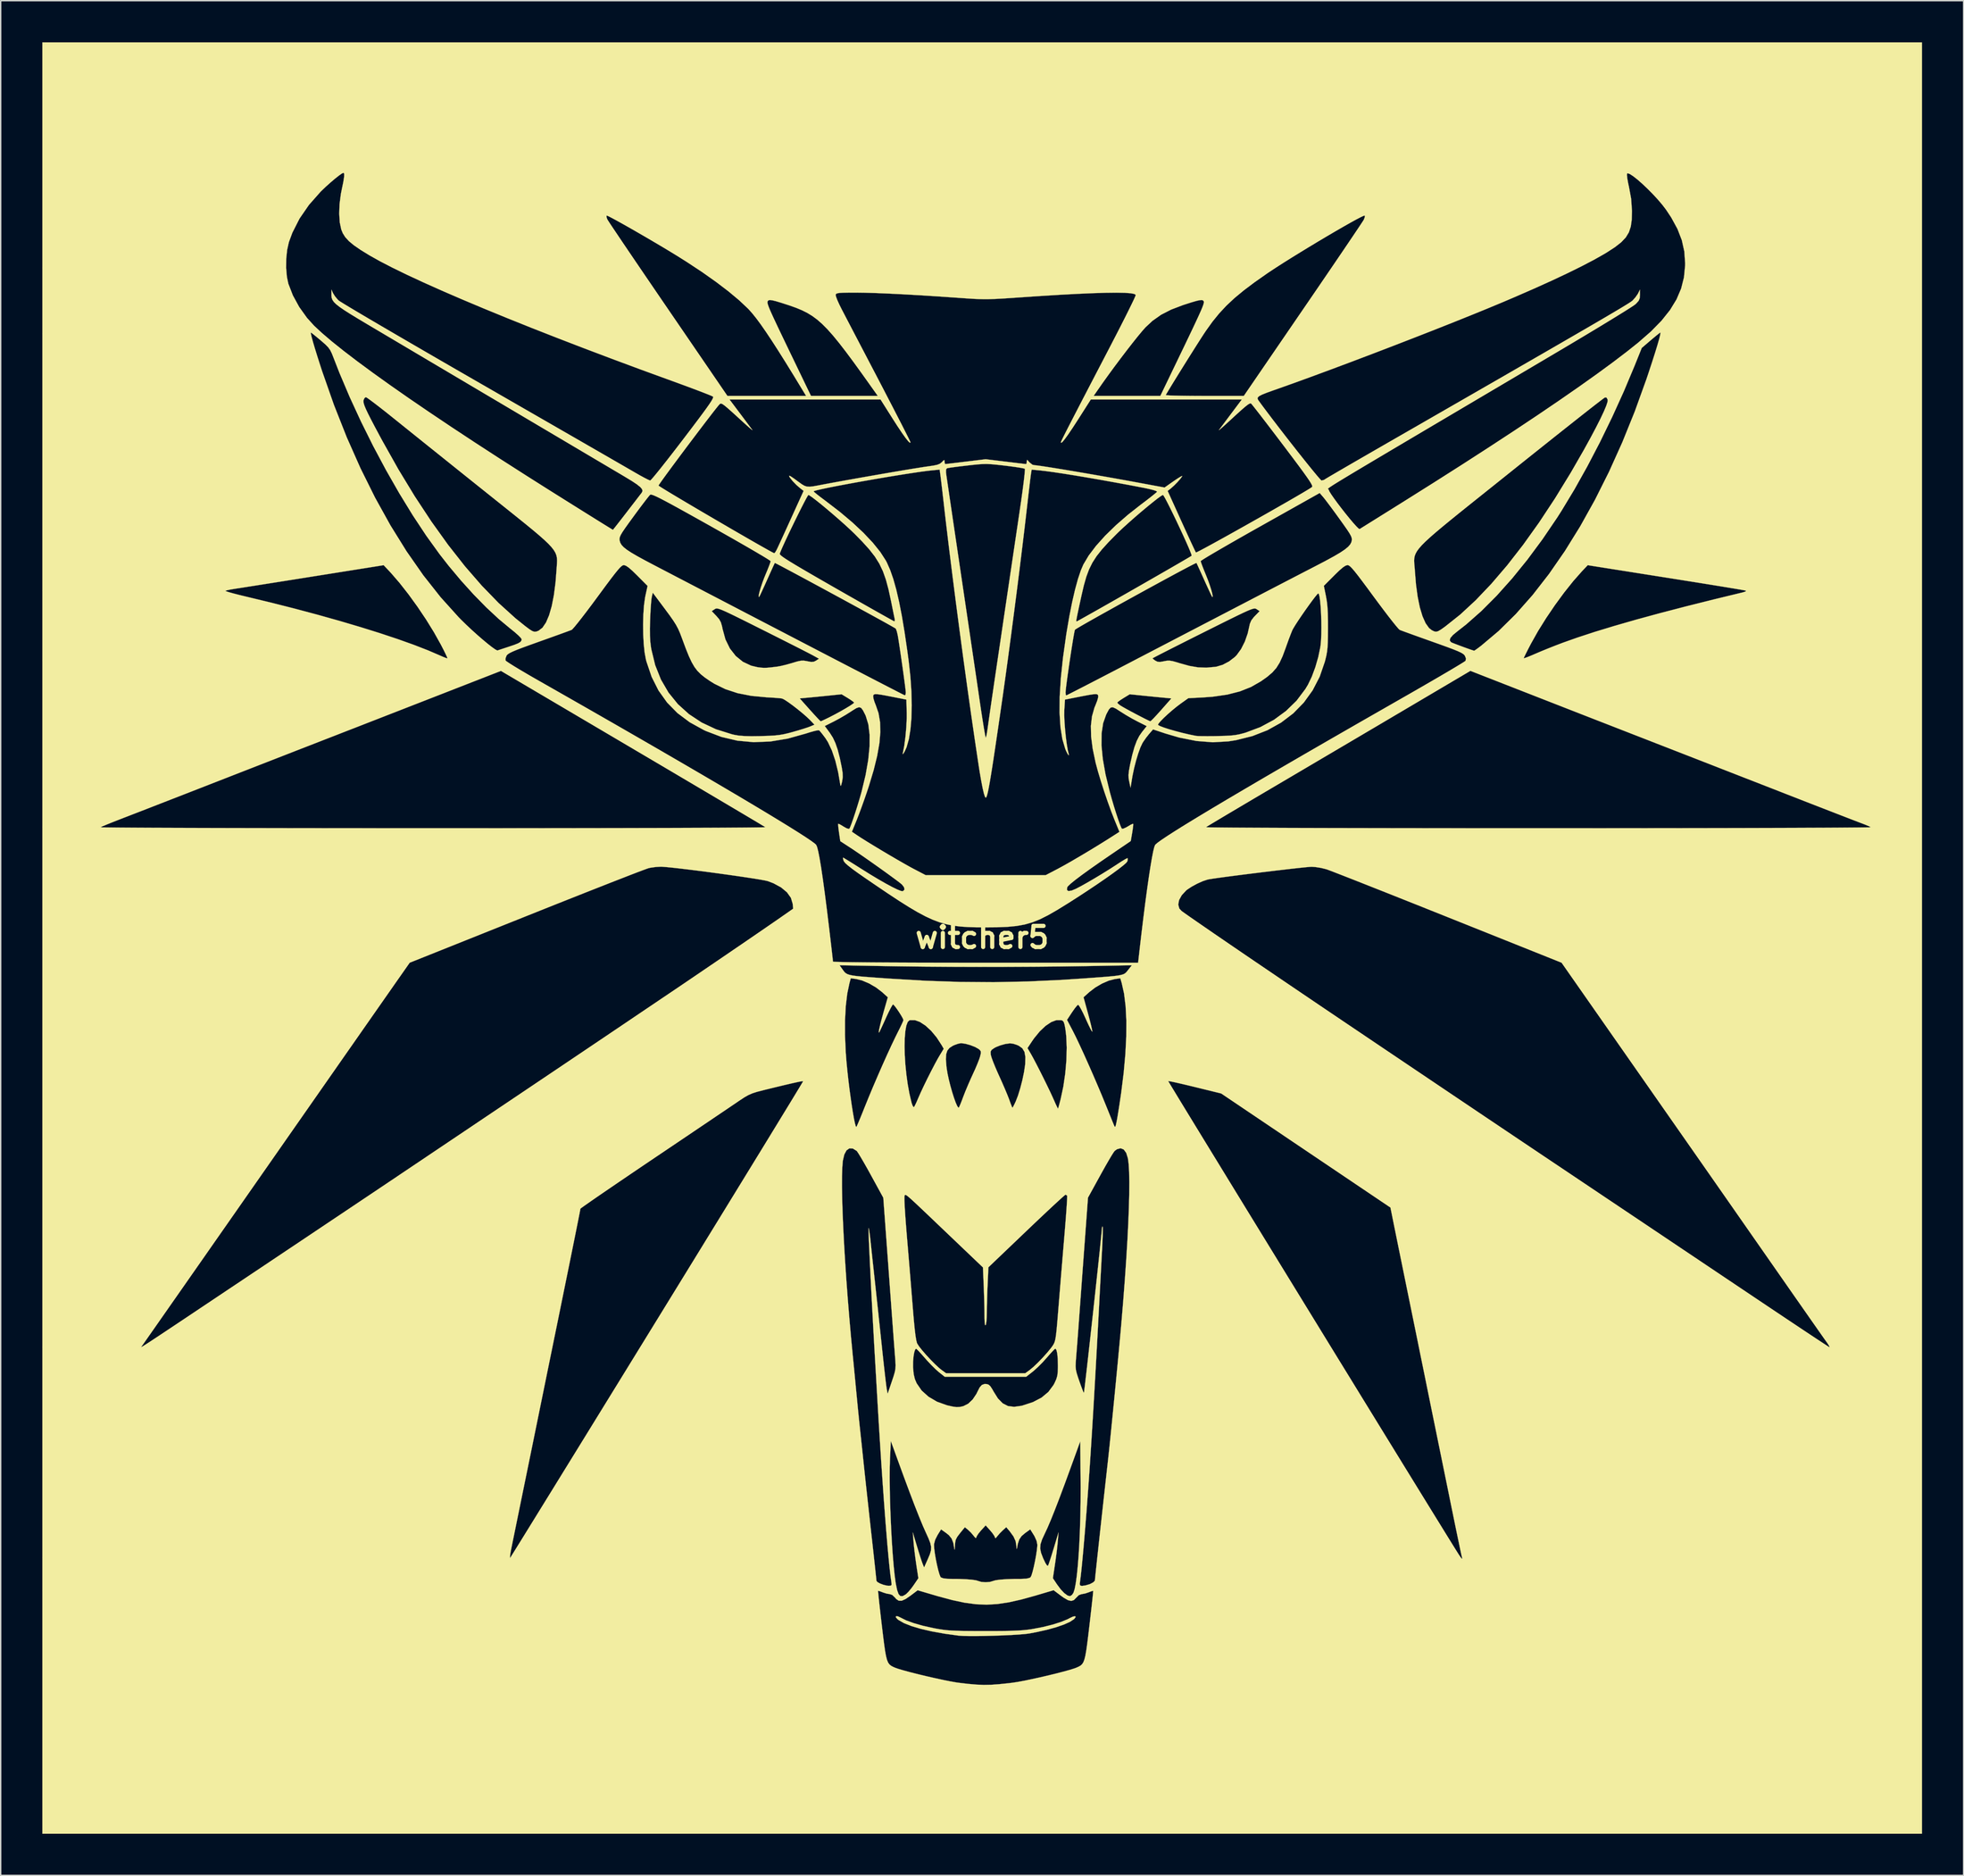
<source format=kicad_pcb>
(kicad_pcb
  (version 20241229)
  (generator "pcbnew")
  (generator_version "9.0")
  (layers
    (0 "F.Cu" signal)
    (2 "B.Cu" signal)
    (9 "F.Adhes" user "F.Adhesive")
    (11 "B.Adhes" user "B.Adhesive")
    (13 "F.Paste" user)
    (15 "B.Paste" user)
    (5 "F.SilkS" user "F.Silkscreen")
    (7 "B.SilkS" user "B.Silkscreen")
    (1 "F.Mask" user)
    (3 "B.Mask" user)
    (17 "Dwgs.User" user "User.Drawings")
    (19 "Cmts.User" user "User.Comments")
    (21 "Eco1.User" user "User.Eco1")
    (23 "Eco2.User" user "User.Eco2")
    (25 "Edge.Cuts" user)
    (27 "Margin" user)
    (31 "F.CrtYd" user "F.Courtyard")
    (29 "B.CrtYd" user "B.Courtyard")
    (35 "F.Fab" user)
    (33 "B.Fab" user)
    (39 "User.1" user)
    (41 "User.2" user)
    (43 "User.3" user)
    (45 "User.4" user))
  (footprint "witcher5"
    (layer "F.Cu")
    (at 67.738 64.521)
    (property "Reference" "witcher5" (at 0 0 0) (layer "F.SilkS") (effects (font (size 1.524 1.524) (thickness 0.3))))
    (attr through_hole)
    (fp_poly (pts (xy -6.074 48.932) (xy -5.884 49.022) (xy -5.479 49.225) (xy -4.933 49.424) (xy -4.274 49.612) (xy -3.531 49.778) (xy -3.415 49.801) (xy -3.109 49.856) (xy -2.823 49.9) (xy -2.532 49.933) (xy -2.208 49.957) (xy -1.827 49.974) (xy -1.363 49.985) (xy -0.788 49.99) (xy -0.079 49.993) (xy 0.169 49.993) (xy 0.962 49.992) (xy 1.61 49.987) (xy 2.141 49.976) (xy 2.578 49.958) (xy 2.947 49.933) (xy 3.275 49.899) (xy 3.586 49.855) (xy 3.683 49.839) (xy 4.411 49.697) (xy 5.091 49.526) (xy 5.688 49.336) (xy 6.166 49.139) (xy 6.324 49.056) (xy 6.553 48.949) (xy 6.699 48.925) (xy 6.74 48.979) (xy 6.652 49.104) (xy 6.62 49.134) (xy 6.33 49.328) (xy 5.892 49.525) (xy 5.327 49.72) (xy 4.655 49.905) (xy 3.897 50.074) (xy 3.387 50.17) (xy 3.078 50.209) (xy 2.635 50.245) (xy 2.093 50.279) (xy 1.485 50.307) (xy 0.843 50.33) (xy 0.203 50.346) (xy -0.404 50.355) (xy -0.943 50.355) (xy -1.382 50.345) (xy -1.686 50.325) (xy -1.693 50.324) (xy -2.7 50.185) (xy -3.611 50.022) (xy -4.414 49.837) (xy -5.093 49.636) (xy -5.636 49.422) (xy -6.027 49.198) (xy -6.115 49.128) (xy -6.225 48.993) (xy -6.202 48.923) (xy -6.074 48.932)) (stroke (width 0.01) (type solid)) (fill yes) (layer "F.SilkS"))
    (fp_poly (pts (xy 67.733 64.601) (xy -67.733 64.601) (xy -67.733 47.096) (xy -7.501 47.096) (xy -7.497 47.183) (xy -7.475 47.417) (xy -7.438 47.777) (xy -7.387 48.243) (xy -7.324 48.793) (xy -7.253 49.407) (xy -7.228 49.616) (xy -7.138 50.369) (xy -7.061 50.972) (xy -6.993 51.445) (xy -6.927 51.805) (xy -6.858 52.071) (xy -6.78 52.262) (xy -6.686 52.396) (xy -6.571 52.492) (xy -6.43 52.569) (xy -6.284 52.634) (xy -6.032 52.723) (xy -5.646 52.836) (xy -5.159 52.968) (xy -4.601 53.109) (xy -4.005 53.252) (xy -3.403 53.389) (xy -2.827 53.514) (xy -2.31 53.618) (xy -1.882 53.694) (xy -1.693 53.721) (xy -0.999 53.803) (xy -0.412 53.854) (xy 0.119 53.875) (xy 0.645 53.866) (xy 1.214 53.826) (xy 1.879 53.756) (xy 2.201 53.717) (xy 2.566 53.661) (xy 3.038 53.573) (xy 3.587 53.459) (xy 4.179 53.329) (xy 4.784 53.188) (xy 5.368 53.045) (xy 5.899 52.907) (xy 6.345 52.783) (xy 6.673 52.679) (xy 6.788 52.635) (xy 6.957 52.56) (xy 7.094 52.482) (xy 7.205 52.381) (xy 7.296 52.239) (xy 7.372 52.038) (xy 7.441 51.76) (xy 7.506 51.384) (xy 7.575 50.894) (xy 7.652 50.27) (xy 7.73 49.615) (xy 7.803 48.985) (xy 7.869 48.412) (xy 7.924 47.916) (xy 7.967 47.52) (xy 7.994 47.242) (xy 8.005 47.105) (xy 8.004 47.095) (xy 7.922 47.11) (xy 7.742 47.175) (xy 7.678 47.201) (xy 7.423 47.286) (xy 7.199 47.328) (xy 7.173 47.329) (xy 6.966 47.405) (xy 6.787 47.583) (xy 6.613 47.76) (xy 6.42 47.822) (xy 6.183 47.766) (xy 5.874 47.587) (xy 5.674 47.443) (xy 5.151 47.05) (xy 3.825 47.443) (xy 2.817 47.722) (xy 1.922 47.923) (xy 1.102 48.046) (xy 0.321 48.092) (xy -0.458 48.059) (xy -1.271 47.949) (xy -2.156 47.761) (xy -3.148 47.494) (xy -3.319 47.445) (xy -4.649 47.054) (xy -5.169 47.446) (xy -5.526 47.689) (xy -5.797 47.808) (xy -6.01 47.807) (xy -6.19 47.688) (xy -6.279 47.583) (xy -6.481 47.389) (xy -6.665 47.329) (xy -6.875 47.296) (xy -7.132 47.216) (xy -7.17 47.201) (xy -7.37 47.125) (xy -7.489 47.094) (xy -7.501 47.096) (xy -67.733 47.096) (xy -67.733 44.717) (xy -34.032 44.717) (xy -34.02 44.722) (xy -33.97 44.645) (xy -33.836 44.43) (xy -33.62 44.083) (xy -33.327 43.611) (xy -32.961 43.019) (xy -32.526 42.315) (xy -32.026 41.505) (xy -31.464 40.594) (xy -30.844 39.59) (xy -30.171 38.497) (xy -29.447 37.324) (xy -28.678 36.076) (xy -27.867 34.759) (xy -27.017 33.379) (xy -26.133 31.944) (xy -25.219 30.459) (xy -24.278 28.93) (xy -23.411 27.521) (xy -22.45 25.959) (xy -21.513 24.435) (xy -20.604 22.956) (xy -19.727 21.528) (xy -18.884 20.156) (xy -18.081 18.847) (xy -17.546 17.975) (xy -10.103 17.975) (xy -10.088 18.858) (xy -10.057 19.854) (xy -10.01 20.947) (xy -9.95 22.125) (xy -9.875 23.372) (xy -9.788 24.676) (xy -9.688 26.021) (xy -9.576 27.394) (xy -9.454 28.781) (xy -9.322 30.168) (xy -9.312 30.268) (xy -9.277 30.622) (xy -9.23 31.102) (xy -9.176 31.664) (xy -9.118 32.267) (xy -9.061 32.866) (xy -9.058 32.893) (xy -9.001 33.483) (xy -8.944 34.072) (xy -8.889 34.616) (xy -8.842 35.077) (xy -8.806 35.414) (xy -8.804 35.433) (xy -8.768 35.768) (xy -8.718 36.227) (xy -8.661 36.768) (xy -8.6 37.345) (xy -8.548 37.846) (xy -8.498 38.316) (xy -8.433 38.923) (xy -8.356 39.636) (xy -8.27 40.423) (xy -8.179 41.252) (xy -8.086 42.094) (xy -7.998 42.887) (xy -7.915 43.628) (xy -7.839 44.318) (xy -7.771 44.938) (xy -7.713 45.47) (xy -7.668 45.895) (xy -7.636 46.195) (xy -7.621 46.352) (xy -7.62 46.37) (xy -7.546 46.464) (xy -7.359 46.568) (xy -7.112 46.661) (xy -6.859 46.721) (xy -6.741 46.732) (xy -6.588 46.724) (xy -6.528 46.664) (xy -6.536 46.503) (xy -6.552 46.394) (xy -6.611 45.967) (xy -6.678 45.381) (xy -6.75 44.649) (xy -6.829 43.783) (xy -6.911 42.793) (xy -6.998 41.69) (xy -7.088 40.487) (xy -7.179 39.195) (xy -7.196 38.943) (xy -6.665 38.943) (xy -6.656 39.802) (xy -6.635 40.721) (xy -6.602 41.671) (xy -6.559 42.625) (xy -6.508 43.556) (xy -6.449 44.434) (xy -6.383 45.234) (xy -6.313 45.926) (xy -6.239 46.483) (xy -6.221 46.593) (xy -6.129 47.039) (xy -6.026 47.328) (xy -5.9 47.471) (xy -5.739 47.48) (xy -5.531 47.367) (xy -5.47 47.321) (xy -5.304 47.157) (xy -5.097 46.907) (xy -4.921 46.665) (xy -4.597 46.186) (xy -4.745 45.212) (xy -4.812 44.737) (xy -4.875 44.239) (xy -4.925 43.791) (xy -4.946 43.561) (xy -4.999 42.884) (xy -4.697 43.889) (xy -4.57 44.303) (xy -4.451 44.68) (xy -4.352 44.979) (xy -4.289 45.152) (xy -4.184 45.41) (xy -3.904 44.784) (xy -3.764 44.449) (xy -3.687 44.177) (xy -3.677 43.925) (xy -3.71 43.773) (xy -3.471 43.773) (xy -3.454 44.05) (xy -3.408 44.409) (xy -3.34 44.812) (xy -3.257 45.219) (xy -3.168 45.593) (xy -3.082 45.895) (xy -3.006 46.086) (xy -2.975 46.127) (xy -2.804 46.191) (xy -2.512 46.228) (xy -2.286 46.234) (xy -1.697 46.238) (xy -1.176 46.259) (xy -0.748 46.292) (xy -0.439 46.337) (xy -0.286 46.385) (xy -0.06 46.453) (xy 0.248 46.476) (xy 0.558 46.453) (xy 0.781 46.387) (xy 0.973 46.332) (xy 1.309 46.287) (xy 1.761 46.255) (xy 2.304 46.237) (xy 2.804 46.235) (xy 3.179 46.219) (xy 3.413 46.163) (xy 3.492 46.111) (xy 3.556 45.98) (xy 3.635 45.721) (xy 3.721 45.374) (xy 3.806 44.977) (xy 3.882 44.57) (xy 3.94 44.192) (xy 3.957 44.038) (xy 4.182 44.038) (xy 4.242 44.35) (xy 4.384 44.72) (xy 4.409 44.777) (xy 4.562 45.096) (xy 4.671 45.264) (xy 4.74 45.289) (xy 4.753 45.273) (xy 4.801 45.151) (xy 4.886 44.9) (xy 4.998 44.553) (xy 5.124 44.144) (xy 5.163 44.018) (xy 5.504 42.884) (xy 5.453 43.519) (xy 5.419 43.87) (xy 5.366 44.324) (xy 5.301 44.814) (xy 5.25 45.169) (xy 5.098 46.184) (xy 5.393 46.628) (xy 5.657 46.983) (xy 5.919 47.259) (xy 6.154 47.433) (xy 6.335 47.481) (xy 6.339 47.48) (xy 6.474 47.39) (xy 6.579 47.239) (xy 6.666 46.97) (xy 6.748 46.548) (xy 6.824 45.99) (xy 6.893 45.311) (xy 6.954 44.528) (xy 7.006 43.657) (xy 7.047 42.715) (xy 7.077 41.717) (xy 7.095 40.68) (xy 7.099 39.62) (xy 7.096 39.05) (xy 7.07 36.318) (xy 6.401 38.161) (xy 5.962 39.361) (xy 5.573 40.401) (xy 5.233 41.281) (xy 4.943 42.003) (xy 4.701 42.569) (xy 4.522 42.951) (xy 4.319 43.388) (xy 4.206 43.734) (xy 4.182 44.038) (xy 3.957 44.038) (xy 3.973 43.884) (xy 3.978 43.765) (xy 3.923 43.491) (xy 3.778 43.166) (xy 3.721 43.071) (xy 3.467 42.665) (xy 3.087 42.938) (xy 2.839 43.15) (xy 2.675 43.391) (xy 2.568 43.713) (xy 2.51 44.027) (xy 2.49 44.079) (xy 2.473 43.982) (xy 2.467 43.857) (xy 2.412 43.513) (xy 2.259 43.175) (xy 1.984 42.798) (xy 1.933 42.738) (xy 1.736 42.507) (xy 1.476 42.744) (xy 1.269 42.951) (xy 1.095 43.155) (xy 1.073 43.184) (xy 0.971 43.3) (xy 0.931 43.269) (xy 0.931 43.262) (xy 0.878 43.136) (xy 0.74 42.935) (xy 0.593 42.757) (xy 0.254 42.376) (xy -0.084 42.746) (xy -0.268 42.969) (xy -0.391 43.159) (xy -0.423 43.253) (xy -0.46 43.295) (xy -0.567 43.188) (xy -0.605 43.136) (xy -0.802 42.902) (xy -1.016 42.697) (xy -1.246 42.51) (xy -1.597 42.941) (xy -1.794 43.2) (xy -1.902 43.407) (xy -1.948 43.633) (xy -1.96 43.848) (xy -1.971 44.057) (xy -1.987 44.132) (xy -2.003 44.069) (xy -2.078 43.64) (xy -2.2 43.329) (xy -2.394 43.087) (xy -2.579 42.938) (xy -2.959 42.665) (xy -3.213 43.071) (xy -3.386 43.411) (xy -3.467 43.718) (xy -3.471 43.773) (xy -3.71 43.773) (xy -3.737 43.649) (xy -3.87 43.304) (xy -4.046 42.919) (xy -4.271 42.413) (xy -4.546 41.748) (xy -4.872 40.922) (xy -5.247 39.937) (xy -5.673 38.791) (xy -5.969 37.98) (xy -6.582 36.294) (xy -6.64 37.514) (xy -6.66 38.171) (xy -6.665 38.943) (xy -7.196 38.943) (xy -7.272 37.825) (xy -7.364 36.388) (xy -7.457 34.896) (xy -7.533 33.613) (xy -7.575 32.887) (xy -7.616 32.18) (xy -7.654 31.52) (xy -7.689 30.932) (xy -7.717 30.444) (xy -7.738 30.081) (xy -7.747 29.93) (xy -7.801 28.985) (xy -7.854 28.027) (xy -7.906 27.072) (xy -7.956 26.133) (xy -8.003 25.227) (xy -8.046 24.369) (xy -8.085 23.572) (xy -8.119 22.853) (xy -8.147 22.226) (xy -8.168 21.707) (xy -8.182 21.31) (xy -8.188 21.05) (xy -8.185 20.943) (xy -8.185 20.941) (xy -8.163 21.006) (xy -8.129 21.207) (xy -8.088 21.513) (xy -8.048 21.862) (xy -8.01 22.217) (xy -7.958 22.703) (xy -7.895 23.286) (xy -7.825 23.928) (xy -7.753 24.595) (xy -7.702 25.061) (xy -7.623 25.797) (xy -7.531 26.645) (xy -7.435 27.549) (xy -7.338 28.453) (xy -7.248 29.301) (xy -7.2 29.76) (xy -7.131 30.405) (xy -7.064 31.01) (xy -7.003 31.55) (xy -6.95 32.001) (xy -6.908 32.338) (xy -6.88 32.536) (xy -6.876 32.554) (xy -6.812 32.893) (xy -6.509 32.004) (xy -6.376 31.606) (xy -6.292 31.314) (xy -6.249 31.071) (xy -6.243 30.933) (xy -4.981 30.933) (xy -4.977 31.03) (xy -4.933 31.482) (xy -4.848 31.836) (xy -4.72 32.136) (xy -4.362 32.657) (xy -3.866 33.104) (xy -3.257 33.462) (xy -2.556 33.714) (xy -2.475 33.735) (xy -2.107 33.817) (xy -1.842 33.852) (xy -1.62 33.843) (xy -1.382 33.791) (xy -1.351 33.782) (xy -1.008 33.609) (xy -0.684 33.303) (xy -0.413 32.899) (xy -0.344 32.756) (xy -0.18 32.435) (xy -0.019 32.254) (xy 0.167 32.185) (xy 0.312 32.188) (xy 0.461 32.233) (xy 0.592 32.35) (xy 0.738 32.574) (xy 0.82 32.723) (xy 1.138 33.23) (xy 1.478 33.578) (xy 1.86 33.775) (xy 2.303 33.832) (xy 2.828 33.759) (xy 2.894 33.743) (xy 3.661 33.492) (xy 4.284 33.166) (xy 4.774 32.757) (xy 5.144 32.257) (xy 5.226 32.102) (xy 5.344 31.838) (xy 5.415 31.6) (xy 5.45 31.325) (xy 5.461 30.956) (xy 5.461 30.911) (xy 6.736 30.911) (xy 6.756 31.151) (xy 6.811 31.398) (xy 6.91 31.711) (xy 7.004 31.985) (xy 7.128 32.333) (xy 7.232 32.61) (xy 7.305 32.784) (xy 7.332 32.828) (xy 7.347 32.741) (xy 7.378 32.501) (xy 7.423 32.126) (xy 7.481 31.631) (xy 7.55 31.034) (xy 7.627 30.351) (xy 7.711 29.598) (xy 7.801 28.792) (xy 7.894 27.948) (xy 7.989 27.084) (xy 8.084 26.217) (xy 8.177 25.361) (xy 8.266 24.535) (xy 8.35 23.753) (xy 8.426 23.033) (xy 8.494 22.392) (xy 8.55 21.845) (xy 8.594 21.409) (xy 8.623 21.1) (xy 8.635 20.935) (xy 8.636 20.92) (xy 8.661 20.838) (xy 8.682 20.846) (xy 8.692 20.941) (xy 8.693 21.178) (xy 8.684 21.531) (xy 8.668 21.973) (xy 8.644 22.478) (xy 8.641 22.532) (xy 8.612 23.073) (xy 8.577 23.74) (xy 8.537 24.488) (xy 8.495 25.274) (xy 8.454 26.054) (xy 8.422 26.67) (xy 8.292 29.106) (xy 8.166 31.377) (xy 8.045 33.491) (xy 7.927 35.451) (xy 7.812 37.265) (xy 7.746 38.269) (xy 7.674 39.304) (xy 7.599 40.339) (xy 7.523 41.356) (xy 7.445 42.336) (xy 7.369 43.26) (xy 7.295 44.109) (xy 7.226 44.864) (xy 7.163 45.507) (xy 7.107 46.019) (xy 7.061 46.376) (xy 7.035 46.601) (xy 7.06 46.705) (xy 7.157 46.735) (xy 7.228 46.736) (xy 7.447 46.704) (xy 7.72 46.625) (xy 7.788 46.6) (xy 8.001 46.486) (xy 8.119 46.368) (xy 8.128 46.333) (xy 8.137 46.228) (xy 8.163 45.971) (xy 8.204 45.58) (xy 8.258 45.072) (xy 8.324 44.464) (xy 8.399 43.772) (xy 8.481 43.014) (xy 8.57 42.207) (xy 8.662 41.368) (xy 8.756 40.514) (xy 8.851 39.661) (xy 8.944 38.827) (xy 9.033 38.029) (xy 9.058 37.804) (xy 9.113 37.302) (xy 9.181 36.657) (xy 9.259 35.895) (xy 9.345 35.041) (xy 9.436 34.121) (xy 9.531 33.16) (xy 9.626 32.185) (xy 9.719 31.219) (xy 9.807 30.29) (xy 9.888 29.423) (xy 9.96 28.643) (xy 10.019 27.976) (xy 10.03 27.855) (xy 10.166 26.227) (xy 10.284 24.681) (xy 10.384 23.227) (xy 10.467 21.874) (xy 10.53 20.628) (xy 10.575 19.5) (xy 10.601 18.498) (xy 10.607 17.63) (xy 10.593 16.904) (xy 10.559 16.33) (xy 10.505 15.917) (xy 10.383 15.527) (xy 10.205 15.284) (xy 9.982 15.194) (xy 9.723 15.262) (xy 9.553 15.384) (xy 9.472 15.492) (xy 9.324 15.726) (xy 9.124 16.062) (xy 8.886 16.476) (xy 8.623 16.945) (xy 8.52 17.132) (xy 7.627 18.756) (xy 7.452 21.125) (xy 7.38 22.106) (xy 7.309 23.068) (xy 7.237 24.045) (xy 7.162 25.07) (xy 7.081 26.178) (xy 6.991 27.402) (xy 6.936 28.152) (xy 6.896 28.686) (xy 6.853 29.257) (xy 6.81 29.797) (xy 6.776 30.226) (xy 6.746 30.622) (xy 6.736 30.911) (xy 5.461 30.911) (xy 5.461 30.861) (xy 5.449 30.365) (xy 5.413 29.986) (xy 5.356 29.738) (xy 5.282 29.64) (xy 5.269 29.64) (xy 5.191 29.703) (xy 5.031 29.868) (xy 4.817 30.107) (xy 4.663 30.285) (xy 4.364 30.616) (xy 4.036 30.947) (xy 3.737 31.22) (xy 3.647 31.294) (xy 3.175 31.665) (xy 0.24 31.665) (xy -2.694 31.665) (xy -3.116 31.332) (xy -3.359 31.118) (xy -3.66 30.821) (xy -3.97 30.491) (xy -4.118 30.323) (xy -4.363 30.044) (xy -4.569 29.82) (xy -4.711 29.677) (xy -4.759 29.64) (xy -4.832 29.71) (xy -4.897 29.911) (xy -4.947 30.207) (xy -4.977 30.56) (xy -4.981 30.933) (xy -6.243 30.933) (xy -6.239 30.824) (xy -6.254 30.517) (xy -6.27 30.311) (xy -6.3 29.924) (xy -6.338 29.426) (xy -6.38 28.875) (xy -6.421 28.327) (xy -6.43 28.194) (xy -6.482 27.49) (xy -6.544 26.65) (xy -6.613 25.71) (xy -6.687 24.702) (xy -6.763 23.661) (xy -6.84 22.621) (xy -6.914 21.615) (xy -6.983 20.678) (xy -6.987 20.62) (xy -7.124 18.762) (xy -7.158 18.699) (xy -5.603 18.699) (xy -5.601 18.965) (xy -5.583 19.382) (xy -5.548 19.941) (xy -5.498 20.632) (xy -5.433 21.446) (xy -5.417 21.634) (xy -5.348 22.456) (xy -5.274 23.34) (xy -5.199 24.242) (xy -5.127 25.119) (xy -5.061 25.927) (xy -5.005 26.622) (xy -4.991 26.797) (xy -4.925 27.579) (xy -4.864 28.202) (xy -4.808 28.677) (xy -4.753 29.015) (xy -4.7 29.226) (xy -4.68 29.274) (xy -4.549 29.476) (xy -4.325 29.759) (xy -4.038 30.089) (xy -3.721 30.431) (xy -3.404 30.752) (xy -3.119 31.018) (xy -2.93 31.172) (xy -2.599 31.411) (xy 3.107 31.411) (xy 3.437 31.171) (xy 3.701 30.951) (xy 4.027 30.639) (xy 4.374 30.279) (xy 4.702 29.912) (xy 4.972 29.582) (xy 5.089 29.419) (xy 5.155 29.311) (xy 5.209 29.197) (xy 5.254 29.055) (xy 5.293 28.864) (xy 5.33 28.602) (xy 5.369 28.248) (xy 5.411 27.78) (xy 5.461 27.178) (xy 5.495 26.755) (xy 5.552 26.053) (xy 5.619 25.23) (xy 5.692 24.332) (xy 5.769 23.407) (xy 5.844 22.501) (xy 5.915 21.663) (xy 5.924 21.55) (xy 5.98 20.869) (xy 6.03 20.242) (xy 6.071 19.688) (xy 6.102 19.228) (xy 6.122 18.881) (xy 6.13 18.668) (xy 6.127 18.608) (xy 6.015 18.542) (xy 6.007 18.542) (xy 5.932 18.599) (xy 5.747 18.761) (xy 5.465 19.017) (xy 5.099 19.355) (xy 4.662 19.764) (xy 4.166 20.231) (xy 3.624 20.745) (xy 3.19 21.159) (xy 0.45 23.776) (xy 0.395 24.99) (xy 0.373 25.516) (xy 0.356 26.066) (xy 0.343 26.577) (xy 0.338 26.987) (xy 0.338 27.009) (xy 0.329 27.373) (xy 0.306 27.681) (xy 0.273 27.887) (xy 0.254 27.94) (xy 0.213 27.939) (xy 0.186 27.783) (xy 0.172 27.465) (xy 0.17 27.263) (xy 0.166 26.879) (xy 0.155 26.383) (xy 0.139 25.83) (xy 0.12 25.278) (xy 0.113 25.121) (xy 0.058 23.784) (xy -2.534 21.311) (xy -3.212 20.665) (xy -3.778 20.125) (xy -4.241 19.684) (xy -4.614 19.332) (xy -4.906 19.059) (xy -5.128 18.855) (xy -5.291 18.713) (xy -5.404 18.621) (xy -5.479 18.572) (xy -5.525 18.555) (xy -5.554 18.561) (xy -5.576 18.581) (xy -5.587 18.592) (xy -5.603 18.699) (xy -7.158 18.699) (xy -8.014 17.135) (xy -8.282 16.651) (xy -8.531 16.212) (xy -8.747 15.844) (xy -8.915 15.568) (xy -9.023 15.409) (xy -9.045 15.384) (xy -9.323 15.212) (xy -9.569 15.202) (xy -9.776 15.347) (xy -9.935 15.641) (xy -10.037 16.076) (xy -10.046 16.138) (xy -10.082 16.601) (xy -10.101 17.218) (xy -10.103 17.975) (xy -17.546 17.975) (xy -17.321 17.608) (xy -16.608 16.445) (xy -15.945 15.364) (xy -15.337 14.37) (xy -14.788 13.472) (xy -14.301 12.674) (xy -13.879 11.984) (xy -13.528 11.406) (xy -13.251 10.949) (xy -13.051 10.617) (xy -12.932 10.418) (xy -12.899 10.357) (xy -12.995 10.363) (xy -13.25 10.412) (xy -13.662 10.502) (xy -14.224 10.633) (xy -14.934 10.804) (xy -15.763 11.007) (xy -16.212 11.123) (xy -16.551 11.231) (xy -16.837 11.354) (xy -17.126 11.517) (xy -17.476 11.747) (xy -17.541 11.791) (xy -17.74 11.927) (xy -18.067 12.148) (xy -18.507 12.446) (xy -19.05 12.812) (xy -19.68 13.238) (xy -20.386 13.714) (xy -21.153 14.232) (xy -21.97 14.782) (xy -22.823 15.357) (xy -23.643 15.909) (xy -24.494 16.483) (xy -25.302 17.03) (xy -26.058 17.543) (xy -26.749 18.014) (xy -27.367 18.436) (xy -27.899 18.802) (xy -28.334 19.104) (xy -28.663 19.334) (xy -28.873 19.486) (xy -28.955 19.551) (xy -28.956 19.553) (xy -28.973 19.654) (xy -29.023 19.915) (xy -29.106 20.334) (xy -29.22 20.904) (xy -29.364 21.622) (xy -29.538 22.483) (xy -29.74 23.482) (xy -29.971 24.615) (xy -30.228 25.877) (xy -30.51 27.263) (xy -30.818 28.77) (xy -30.822 28.787) (xy -30.995 29.635) (xy -31.179 30.534) (xy -31.365 31.445) (xy -31.546 32.333) (xy -31.714 33.159) (xy -31.863 33.886) (xy -31.962 34.375) (xy -32.089 34.995) (xy -32.242 35.745) (xy -32.413 36.586) (xy -32.596 37.481) (xy -32.783 38.393) (xy -32.965 39.284) (xy -33.104 39.963) (xy -33.26 40.726) (xy -33.411 41.466) (xy -33.553 42.16) (xy -33.68 42.784) (xy -33.789 43.317) (xy -33.874 43.734) (xy -33.93 44.012) (xy -33.938 44.048) (xy -33.997 44.366) (xy -34.029 44.6) (xy -34.032 44.717) (xy -67.733 44.717) (xy -67.733 29.524) (xy -60.615 29.524) (xy -60.601 29.524) (xy -60.561 29.505) (xy -60.485 29.461) (xy -60.368 29.389) (xy -60.202 29.282) (xy -59.978 29.137) (xy -59.69 28.947) (xy -59.33 28.709) (xy -58.89 28.417) (xy -58.363 28.066) (xy -57.742 27.652) (xy -57.019 27.169) (xy -56.186 26.612) (xy -55.236 25.977) (xy -54.162 25.259) (xy -52.955 24.453) (xy -52.747 24.314) (xy -51.654 23.583) (xy -50.556 22.848) (xy -49.465 22.119) (xy -48.397 21.404) (xy -47.365 20.713) (xy -46.382 20.055) (xy -45.462 19.439) (xy -44.619 18.874) (xy -43.867 18.37) (xy -43.219 17.936) (xy -42.69 17.581) (xy -42.418 17.399) (xy -41.918 17.062) (xy -41.294 16.643) (xy -40.564 16.153) (xy -39.746 15.603) (xy -38.856 15.005) (xy -37.912 14.371) (xy -36.931 13.712) (xy -35.931 13.039) (xy -34.928 12.365) (xy -33.94 11.702) (xy -33.782 11.595) (xy -32.816 10.946) (xy -31.846 10.294) (xy -30.886 9.649) (xy -29.954 9.022) (xy -29.064 8.423) (xy -28.232 7.863) (xy -27.473 7.352) (xy -27.061 7.075) (xy -9.885 7.075) (xy -9.833 8.261) (xy -9.775 9.006) (xy -9.714 9.63) (xy -9.643 10.274) (xy -9.564 10.917) (xy -9.48 11.539) (xy -9.396 12.119) (xy -9.314 12.636) (xy -9.237 13.069) (xy -9.168 13.399) (xy -9.111 13.603) (xy -9.069 13.663) (xy -9.065 13.66) (xy -9.016 13.561) (xy -8.916 13.332) (xy -8.777 13) (xy -8.611 12.592) (xy -8.468 12.234) (xy -8.18 11.525) (xy -7.859 10.756) (xy -7.517 9.96) (xy -7.171 9.17) (xy -6.834 8.419) (xy -6.566 7.84) (xy -5.592 7.84) (xy -5.577 8.483) (xy -5.534 9.166) (xy -5.463 9.869) (xy -5.367 10.57) (xy -5.244 11.248) (xy -5.096 11.882) (xy -5.083 11.928) (xy -5.011 12.131) (xy -4.94 12.228) (xy -4.912 12.224) (xy -4.846 12.113) (xy -4.74 11.891) (xy -4.617 11.607) (xy -4.614 11.599) (xy -4.438 11.199) (xy -4.207 10.706) (xy -3.944 10.166) (xy -3.669 9.623) (xy -3.407 9.12) (xy -3.219 8.777) (xy -2.614 8.777) (xy -2.577 9.263) (xy -2.556 9.44) (xy -2.495 9.813) (xy -2.403 10.241) (xy -2.29 10.692) (xy -2.164 11.138) (xy -2.034 11.549) (xy -1.91 11.894) (xy -1.801 12.143) (xy -1.715 12.267) (xy -1.694 12.275) (xy -1.648 12.201) (xy -1.561 12.001) (xy -1.447 11.712) (xy -1.377 11.522) (xy -1.219 11.115) (xy -1.016 10.63) (xy -0.801 10.141) (xy -0.678 9.873) (xy -0.496 9.474) (xy -0.333 9.089) (xy -0.208 8.767) (xy -0.15 8.588) (xy -0.093 8.348) (xy -0.096 8.225) (xy 0.611 8.225) (xy 0.617 8.414) (xy 0.626 8.472) (xy 0.679 8.661) (xy 0.791 8.967) (xy 0.948 9.353) (xy 1.134 9.782) (xy 1.216 9.962) (xy 1.426 10.428) (xy 1.628 10.892) (xy 1.803 11.31) (xy 1.931 11.635) (xy 1.956 11.705) (xy 2.058 11.985) (xy 2.139 12.188) (xy 2.182 12.276) (xy 2.184 12.277) (xy 2.23 12.206) (xy 2.324 12.024) (xy 2.421 11.818) (xy 2.584 11.397) (xy 2.748 10.866) (xy 2.898 10.284) (xy 3.018 9.709) (xy 3.094 9.199) (xy 3.103 9.102) (xy 3.116 8.61) (xy 3.051 8.248) (xy 2.895 7.988) (xy 2.877 7.975) (xy 3.267 7.975) (xy 3.499 8.369) (xy 3.667 8.671) (xy 3.887 9.087) (xy 4.141 9.581) (xy 4.407 10.112) (xy 4.668 10.643) (xy 4.905 11.135) (xy 5.096 11.55) (xy 5.165 11.704) (xy 5.296 11.999) (xy 5.4 12.22) (xy 5.46 12.332) (xy 5.469 12.339) (xy 5.497 12.254) (xy 5.556 12.044) (xy 5.633 11.749) (xy 5.66 11.642) (xy 5.851 10.75) (xy 5.989 9.806) (xy 6.072 8.854) (xy 6.097 7.939) (xy 6.061 7.105) (xy 5.999 6.598) (xy 5.94 6.283) (xy 5.881 6.097) (xy 5.803 6) (xy 5.695 5.956) (xy 5.359 5.956) (xy 4.978 6.099) (xy 4.57 6.373) (xy 4.154 6.766) (xy 3.746 7.263) (xy 3.595 7.48) (xy 3.267 7.975) (xy 2.877 7.975) (xy 2.638 7.804) (xy 2.496 7.742) (xy 2.224 7.654) (xy 1.992 7.633) (xy 1.708 7.671) (xy 1.635 7.686) (xy 1.308 7.778) (xy 0.997 7.902) (xy 0.874 7.968) (xy 0.685 8.1) (xy 0.611 8.225) (xy -0.096 8.225) (xy -0.097 8.208) (xy -0.173 8.105) (xy -0.256 8.037) (xy -0.506 7.895) (xy -0.849 7.761) (xy -1.209 7.661) (xy -1.511 7.62) (xy -1.521 7.62) (xy -1.729 7.658) (xy -1.998 7.754) (xy -2.119 7.811) (xy -2.354 7.962) (xy -2.51 8.155) (xy -2.594 8.417) (xy -2.614 8.777) (xy -3.219 8.777) (xy -3.178 8.703) (xy -3.071 8.52) (xy -2.769 8.023) (xy -2.921 7.758) (xy -3.281 7.204) (xy -3.674 6.731) (xy -4.081 6.355) (xy -4.484 6.091) (xy -4.863 5.952) (xy -5.199 5.954) (xy -5.235 5.964) (xy -5.366 6.091) (xy -5.467 6.362) (xy -5.537 6.758) (xy -5.579 7.258) (xy -5.592 7.84) (xy -6.566 7.84) (xy -6.52 7.739) (xy -6.244 7.163) (xy -6.092 6.858) (xy -5.921 6.517) (xy -5.783 6.229) (xy -5.696 6.029) (xy -5.673 5.955) (xy -5.678 5.941) (xy 6.116 5.941) (xy 6.524 6.717) (xy 6.739 7.144) (xy 7.004 7.7) (xy 7.306 8.354) (xy 7.631 9.078) (xy 7.968 9.842) (xy 8.302 10.617) (xy 8.622 11.374) (xy 8.885 12.016) (xy 9.069 12.47) (xy 9.236 12.883) (xy 9.374 13.223) (xy 9.47 13.458) (xy 9.504 13.54) (xy 9.555 13.643) (xy 9.594 13.646) (xy 9.636 13.529) (xy 9.692 13.27) (xy 9.704 13.208) (xy 9.753 12.937) (xy 9.818 12.54) (xy 9.894 12.058) (xy 9.972 11.534) (xy 10.024 11.176) (xy 10.127 10.353) (xy 13.41 10.353) (xy 13.451 10.426) (xy 13.577 10.636) (xy 13.782 10.974) (xy 14.061 11.434) (xy 14.41 12.008) (xy 14.825 12.687) (xy 15.3 13.465) (xy 15.831 14.334) (xy 16.413 15.285) (xy 17.042 16.312) (xy 17.712 17.407) (xy 18.419 18.562) (xy 19.159 19.77) (xy 19.927 21.022) (xy 20.717 22.311) (xy 21.526 23.63) (xy 22.349 24.971) (xy 23.18 26.326) (xy 24.016 27.688) (xy 24.851 29.049) (xy 25.681 30.401) (xy 26.502 31.736) (xy 27.307 33.048) (xy 28.094 34.328) (xy 28.856 35.569) (xy 29.59 36.762) (xy 30.291 37.902) (xy 30.954 38.979) (xy 31.574 39.986) (xy 32.146 40.915) (xy 32.667 41.76) (xy 33.131 42.511) (xy 33.533 43.163) (xy 33.869 43.706) (xy 34.135 44.133) (xy 34.325 44.437) (xy 34.346 44.471) (xy 34.49 44.682) (xy 34.581 44.783) (xy 34.607 44.76) (xy 34.584 44.683) (xy 34.559 44.579) (xy 34.504 44.328) (xy 34.424 43.947) (xy 34.321 43.455) (xy 34.199 42.87) (xy 34.063 42.21) (xy 33.917 41.494) (xy 33.863 41.233) (xy 33.695 40.407) (xy 33.521 39.552) (xy 33.347 38.7) (xy 33.18 37.883) (xy 33.028 37.137) (xy 32.896 36.493) (xy 32.801 36.026) (xy 32.677 35.417) (xy 32.528 34.69) (xy 32.365 33.892) (xy 32.198 33.07) (xy 32.035 32.272) (xy 31.921 31.708) (xy 31.791 31.071) (xy 31.634 30.303) (xy 31.458 29.438) (xy 31.269 28.51) (xy 31.074 27.554) (xy 30.88 26.604) (xy 30.694 25.694) (xy 30.651 25.485) (xy 30.483 24.66) (xy 30.317 23.846) (xy 30.158 23.066) (xy 30.01 22.343) (xy 29.88 21.702) (xy 29.771 21.165) (xy 29.688 20.758) (xy 29.655 20.593) (xy 29.428 19.468) (xy 27.689 18.296) (xy 27.294 18.03) (xy 26.778 17.682) (xy 26.159 17.265) (xy 25.458 16.792) (xy 24.692 16.276) (xy 23.883 15.731) (xy 23.048 15.168) (xy 22.206 14.601) (xy 21.59 14.185) (xy 17.23 11.246) (xy 15.338 10.782) (xy 14.798 10.651) (xy 14.314 10.537) (xy 13.912 10.446) (xy 13.613 10.383) (xy 13.442 10.353) (xy 13.41 10.353) (xy 10.127 10.353) (xy 10.202 9.747) (xy 10.323 8.397) (xy 10.387 7.139) (xy 10.393 5.987) (xy 10.34 4.954) (xy 10.23 4.053) (xy 10.062 3.297) (xy 10.055 3.272) (xy 9.958 2.945) (xy 9.572 2.997) (xy 9.132 3.11) (xy 8.638 3.323) (xy 8.15 3.609) (xy 7.725 3.935) (xy 7.307 4.311) (xy 7.636 5.51) (xy 7.751 5.939) (xy 7.845 6.312) (xy 7.91 6.596) (xy 7.939 6.762) (xy 7.939 6.789) (xy 7.898 6.747) (xy 7.802 6.575) (xy 7.666 6.299) (xy 7.503 5.944) (xy 7.459 5.845) (xy 7.285 5.468) (xy 7.127 5.159) (xy 7 4.944) (xy 6.92 4.851) (xy 6.91 4.85) (xy 6.821 4.931) (xy 6.671 5.117) (xy 6.492 5.372) (xy 6.466 5.41) (xy 6.116 5.941) (xy -5.678 5.941) (xy -5.717 5.837) (xy -5.83 5.634) (xy -5.983 5.39) (xy -6.148 5.147) (xy -6.297 4.948) (xy -6.401 4.837) (xy -6.423 4.826) (xy -6.484 4.899) (xy -6.597 5.098) (xy -6.747 5.395) (xy -6.918 5.759) (xy -6.945 5.821) (xy -7.116 6.198) (xy -7.263 6.516) (xy -7.372 6.745) (xy -7.429 6.854) (xy -7.432 6.858) (xy -7.452 6.826) (xy -7.427 6.648) (xy -7.359 6.341) (xy -7.252 5.92) (xy -7.11 5.403) (xy -7.081 5.301) (xy -6.799 4.311) (xy -7.217 3.935) (xy -7.652 3.602) (xy -8.148 3.314) (xy -8.649 3.102) (xy -9.074 2.995) (xy -9.47 2.942) (xy -9.566 3.298) (xy -9.724 4.054) (xy -9.83 4.949) (xy -9.884 5.964) (xy -9.885 7.075) (xy -27.061 7.075) (xy -26.804 6.901) (xy -26.239 6.521) (xy -25.796 6.222) (xy -25.696 6.155) (xy -25.071 5.732) (xy -24.406 5.284) (xy -23.739 4.834) (xy -23.107 4.407) (xy -22.546 4.029) (xy -22.14 3.756) (xy -21.615 3.401) (xy -21.002 2.985) (xy -20.321 2.523) (xy -19.594 2.028) (xy -19.56 2.006) (xy -10.275 2.006) (xy -10.094 2.259) (xy -10.004 2.387) (xy -9.923 2.491) (xy -9.831 2.575) (xy -9.713 2.643) (xy -9.549 2.698) (xy -9.322 2.744) (xy -9.016 2.785) (xy -8.61 2.825) (xy -8.089 2.866) (xy -7.434 2.914) (xy -6.646 2.969) (xy -4.066 3.121) (xy -1.588 3.206) (xy 0.84 3.224) (xy 3.273 3.174) (xy 5.764 3.057) (xy 7.154 2.965) (xy 7.95 2.908) (xy 8.595 2.861) (xy 9.107 2.819) (xy 9.503 2.781) (xy 9.801 2.743) (xy 10.019 2.701) (xy 10.176 2.653) (xy 10.287 2.595) (xy 10.372 2.523) (xy 10.448 2.435) (xy 10.518 2.346) (xy 10.788 2.006) (xy 7.447 2.066) (xy 5.669 2.092) (xy 3.767 2.11) (xy 1.786 2.12) (xy -0.229 2.123) (xy -2.233 2.117) (xy -4.181 2.103) (xy -6.029 2.08) (xy -6.937 2.066) (xy -10.275 2.006) (xy -19.56 2.006) (xy -18.84 1.515) (xy -18.081 0.997) (xy -17.336 0.489) (xy -16.627 0.004) (xy -15.974 -0.444) (xy -15.398 -0.84) (xy -14.919 -1.17) (xy -14.557 -1.42) (xy -14.53 -1.439) (xy -13.62 -2.074) (xy -13.657 -2.434) (xy -13.785 -2.859) (xy -14.068 -3.255) (xy -14.491 -3.608) (xy -15.042 -3.906) (xy -15.442 -4.059) (xy -15.633 -4.104) (xy -15.969 -4.166) (xy -16.428 -4.242) (xy -16.986 -4.328) (xy -17.622 -4.422) (xy -18.313 -4.52) (xy -19.035 -4.62) (xy -19.766 -4.718) (xy -20.484 -4.811) (xy -21.166 -4.896) (xy -21.788 -4.97) (xy -22.329 -5.031) (xy -22.765 -5.074) (xy -23.073 -5.097) (xy -23.162 -5.1) (xy -23.518 -5.08) (xy -23.901 -5.026) (xy -24.027 -5) (xy -24.164 -4.954) (xy -24.447 -4.85) (xy -24.866 -4.692) (xy -25.409 -4.483) (xy -26.065 -4.227) (xy -26.825 -3.931) (xy -27.676 -3.596) (xy -28.608 -3.229) (xy -29.609 -2.832) (xy -30.671 -2.411) (xy -31.78 -1.969) (xy -32.861 -1.537) (xy -41.259 1.82) (xy -42.416 3.471) (xy -42.589 3.72) (xy -42.854 4.098) (xy -43.204 4.599) (xy -43.634 5.214) (xy -44.137 5.934) (xy -44.708 6.751) (xy -45.34 7.657) (xy -46.029 8.642) (xy -46.767 9.7) (xy -47.55 10.821) (xy -48.371 11.997) (xy -49.225 13.22) (xy -50.106 14.481) (xy -51.007 15.773) (xy -51.923 17.085) (xy -52.024 17.23) (xy -52.923 18.517) (xy -53.796 19.768) (xy -54.639 20.975) (xy -55.447 22.131) (xy -56.213 23.229) (xy -56.935 24.262) (xy -57.606 25.223) (xy -58.222 26.104) (xy -58.777 26.898) (xy -59.267 27.599) (xy -59.686 28.199) (xy -60.031 28.691) (xy -60.294 29.068) (xy -60.473 29.322) (xy -60.561 29.447) (xy -60.57 29.459) (xy -60.592 29.487) (xy -60.609 29.51) (xy -60.615 29.524) (xy -67.733 29.524) (xy -67.733 -7.944) (xy -63.538 -7.944) (xy -63.461 -7.938) (xy -63.222 -7.932) (xy -62.827 -7.927) (xy -62.282 -7.921) (xy -61.595 -7.916) (xy -60.772 -7.911) (xy -59.82 -7.906) (xy -58.745 -7.902) (xy -57.555 -7.898) (xy -56.255 -7.894) (xy -54.854 -7.89) (xy -53.356 -7.887) (xy -51.77 -7.884) (xy -50.101 -7.881) (xy -48.357 -7.879) (xy -46.544 -7.877) (xy -44.669 -7.876) (xy -42.738 -7.875) (xy -40.758 -7.874) (xy -39.582 -7.874) (xy -37.518 -7.874) (xy -35.508 -7.875) (xy -33.558 -7.876) (xy -31.674 -7.878) (xy -29.862 -7.88) (xy -28.129 -7.883) (xy -26.481 -7.885) (xy -24.924 -7.889) (xy -23.465 -7.892) (xy -22.11 -7.896) (xy -20.865 -7.901) (xy -19.737 -7.905) (xy -18.731 -7.91) (xy -17.855 -7.916) (xy -17.114 -7.921) (xy -16.516 -7.927) (xy -16.065 -7.933) (xy -15.769 -7.939) (xy -15.633 -7.945) (xy -15.625 -7.947) (xy -15.707 -7.998) (xy -15.926 -8.13) (xy -16.273 -8.338) (xy -16.74 -8.616) (xy -17.319 -8.96) (xy -18 -9.364) (xy -18.775 -9.823) (xy -19.635 -10.333) (xy -20.572 -10.887) (xy -21.577 -11.481) (xy -22.641 -12.11) (xy -23.756 -12.768) (xy -24.913 -13.45) (xy -25.195 -13.617) (xy -34.684 -19.214) (xy -39.25 -17.433) (xy -40.145 -17.084) (xy -41.041 -16.735) (xy -41.917 -16.393) (xy -42.752 -16.068) (xy -43.524 -15.767) (xy -44.213 -15.499) (xy -44.796 -15.271) (xy -45.253 -15.093) (xy -45.424 -15.027) (xy -46.003 -14.802) (xy -46.687 -14.535) (xy -47.424 -14.249) (xy -48.16 -13.962) (xy -48.844 -13.696) (xy -48.98 -13.643) (xy -49.431 -13.468) (xy -50.017 -13.239) (xy -50.717 -12.966) (xy -51.507 -12.658) (xy -52.365 -12.324) (xy -53.27 -11.971) (xy -54.198 -11.609) (xy -55.127 -11.246) (xy -55.626 -11.052) (xy -56.53 -10.699) (xy -57.433 -10.347) (xy -58.314 -10.004) (xy -59.153 -9.678) (xy -59.928 -9.376) (xy -60.62 -9.107) (xy -61.208 -8.88) (xy -61.672 -8.7) (xy -61.891 -8.616) (xy -62.376 -8.427) (xy -62.809 -8.256) (xy -63.162 -8.112) (xy -63.412 -8.006) (xy -63.533 -7.948) (xy -63.538 -7.944) (xy -67.733 -7.944) (xy -67.733 -19.968) (xy -34.355 -19.968) (xy -34.272 -19.897) (xy -34.059 -19.754) (xy -33.735 -19.55) (xy -33.316 -19.297) (xy -32.822 -19.005) (xy -32.27 -18.685) (xy -31.949 -18.502) (xy -30.065 -17.429) (xy -28.246 -16.39) (xy -26.497 -15.387) (xy -24.821 -14.422) (xy -23.225 -13.5) (xy -21.713 -12.622) (xy -20.29 -11.792) (xy -18.962 -11.013) (xy -17.732 -10.288) (xy -16.607 -9.619) (xy -15.591 -9.01) (xy -14.69 -8.463) (xy -13.907 -7.982) (xy -13.248 -7.569) (xy -12.718 -7.228) (xy -12.323 -6.961) (xy -12.066 -6.771) (xy -11.965 -6.678) (xy -11.894 -6.515) (xy -11.811 -6.185) (xy -11.714 -5.688) (xy -11.603 -5.025) (xy -11.481 -4.197) (xy -11.345 -3.204) (xy -11.197 -2.048) (xy -11.036 -0.729) (xy -11.009 -0.504) (xy -10.94 0.085) (xy -10.877 0.619) (xy -10.825 1.075) (xy -10.785 1.429) (xy -10.76 1.659) (xy -10.753 1.74) (xy -10.669 1.752) (xy -10.42 1.763) (xy -10.012 1.774) (xy -9.449 1.783) (xy -8.735 1.791) (xy -7.876 1.799) (xy -6.875 1.805) (xy -5.739 1.81) (xy -4.471 1.815) (xy -3.077 1.818) (xy -1.561 1.82) (xy 0.073 1.82) (xy 0.244 1.82) (xy 11.241 1.82) (xy 11.342 0.931) (xy 11.488 -0.323) (xy 11.63 -1.493) (xy 11.742 -2.372) (xy 14.133 -2.372) (xy 14.209 -2.088) (xy 14.375 -1.906) (xy 14.618 -1.732) (xy 14.986 -1.474) (xy 15.464 -1.142) (xy 16.037 -0.747) (xy 16.688 -0.298) (xy 17.404 0.192) (xy 18.168 0.714) (xy 18.965 1.258) (xy 19.6 1.69) (xy 20.544 2.33) (xy 21.388 2.903) (xy 22.154 3.423) (xy 22.864 3.904) (xy 23.541 4.362) (xy 24.207 4.813) (xy 24.884 5.27) (xy 25.595 5.75) (xy 26.362 6.267) (xy 27.207 6.836) (xy 28.152 7.473) (xy 28.998 8.043) (xy 30.325 8.936) (xy 31.528 9.746) (xy 32.623 10.483) (xy 33.628 11.16) (xy 34.559 11.786) (xy 35.432 12.373) (xy 36.264 12.933) (xy 37.072 13.475) (xy 37.872 14.013) (xy 38.681 14.556) (xy 39.515 15.116) (xy 40.391 15.704) (xy 41.326 16.33) (xy 42.336 17.007) (xy 43.437 17.746) (xy 44.067 18.168) (xy 45.161 18.902) (xy 46.343 19.694) (xy 47.586 20.527) (xy 48.864 21.384) (xy 50.151 22.248) (xy 51.422 23.1) (xy 52.65 23.924) (xy 53.81 24.702) (xy 54.875 25.416) (xy 55.624 25.918) (xy 56.481 26.493) (xy 57.299 27.04) (xy 58.065 27.552) (xy 58.768 28.021) (xy 59.399 28.441) (xy 59.945 28.803) (xy 60.396 29.101) (xy 60.741 29.327) (xy 60.969 29.475) (xy 61.07 29.536) (xy 61.073 29.538) (xy 61.066 29.483) (xy 60.977 29.328) (xy 60.852 29.146) (xy 60.747 29) (xy 60.556 28.729) (xy 60.289 28.349) (xy 59.956 27.874) (xy 59.568 27.319) (xy 59.134 26.698) (xy 58.665 26.027) (xy 58.171 25.32) (xy 57.991 25.061) (xy 57.454 24.291) (xy 56.907 23.507) (xy 56.366 22.731) (xy 55.846 21.986) (xy 55.362 21.292) (xy 54.929 20.671) (xy 54.563 20.146) (xy 54.278 19.737) (xy 54.271 19.727) (xy 53.564 18.713) (xy 52.799 17.617) (xy 51.972 16.432) (xy 51.077 15.151) (xy 50.109 13.766) (xy 49.064 12.27) (xy 47.937 10.656) (xy 46.721 8.916) (xy 45.608 7.324) (xy 41.762 1.82) (xy 33.56 -1.462) (xy 32.425 -1.915) (xy 31.327 -2.354) (xy 30.276 -2.772) (xy 29.283 -3.167) (xy 28.36 -3.532) (xy 27.518 -3.865) (xy 26.768 -4.161) (xy 26.122 -4.414) (xy 25.59 -4.621) (xy 25.184 -4.778) (xy 24.915 -4.879) (xy 24.807 -4.917) (xy 24.424 -5.012) (xy 24.011 -5.077) (xy 23.749 -5.094) (xy 23.576 -5.084) (xy 23.259 -5.055) (xy 22.818 -5.009) (xy 22.278 -4.949) (xy 21.661 -4.877) (xy 20.989 -4.798) (xy 20.285 -4.713) (xy 19.573 -4.625) (xy 18.873 -4.538) (xy 18.21 -4.453) (xy 17.606 -4.374) (xy 17.084 -4.303) (xy 16.666 -4.243) (xy 16.374 -4.197) (xy 16.256 -4.175) (xy 15.909 -4.06) (xy 15.502 -3.879) (xy 15.103 -3.663) (xy 14.779 -3.449) (xy 14.704 -3.388) (xy 14.386 -3.045) (xy 14.194 -2.698) (xy 14.133 -2.372) (xy 11.742 -2.372) (xy 11.767 -2.568) (xy 11.898 -3.539) (xy 12.021 -4.398) (xy 12.135 -5.134) (xy 12.238 -5.74) (xy 12.329 -6.204) (xy 12.407 -6.519) (xy 12.471 -6.675) (xy 12.473 -6.678) (xy 12.626 -6.815) (xy 12.926 -7.033) (xy 13.369 -7.329) (xy 13.954 -7.704) (xy 14.347 -7.949) (xy 16.133 -7.949) (xy 16.21 -7.942) (xy 16.45 -7.935) (xy 16.848 -7.929) (xy 17.398 -7.923) (xy 18.095 -7.917) (xy 18.933 -7.912) (xy 19.906 -7.907) (xy 21.008 -7.902) (xy 22.235 -7.897) (xy 23.579 -7.893) (xy 25.036 -7.889) (xy 26.6 -7.886) (xy 28.265 -7.883) (xy 30.025 -7.88) (xy 31.875 -7.878) (xy 33.809 -7.876) (xy 35.822 -7.875) (xy 37.907 -7.874) (xy 40.059 -7.874) (xy 40.09 -7.874) (xy 42.095 -7.874) (xy 44.055 -7.875) (xy 45.963 -7.876) (xy 47.813 -7.878) (xy 49.599 -7.88) (xy 51.312 -7.882) (xy 52.948 -7.885) (xy 54.498 -7.888) (xy 55.956 -7.892) (xy 57.316 -7.896) (xy 58.571 -7.9) (xy 59.714 -7.905) (xy 60.739 -7.909) (xy 61.638 -7.914) (xy 62.405 -7.92) (xy 63.034 -7.925) (xy 63.517 -7.931) (xy 63.849 -7.936) (xy 64.021 -7.942) (xy 64.046 -7.946) (xy 63.931 -8.009) (xy 63.704 -8.107) (xy 63.409 -8.222) (xy 63.373 -8.235) (xy 63.186 -8.306) (xy 62.858 -8.432) (xy 62.404 -8.607) (xy 61.84 -8.825) (xy 61.184 -9.08) (xy 60.449 -9.365) (xy 59.654 -9.674) (xy 58.813 -10.002) (xy 58.081 -10.287) (xy 57.04 -10.694) (xy 55.879 -11.147) (xy 54.638 -11.63) (xy 53.357 -12.13) (xy 52.073 -12.631) (xy 50.826 -13.117) (xy 49.654 -13.573) (xy 48.599 -13.984) (xy 47.707 -14.332) (xy 46.833 -14.672) (xy 45.996 -14.998) (xy 45.212 -15.304) (xy 44.499 -15.581) (xy 43.877 -15.824) (xy 43.361 -16.025) (xy 42.971 -16.177) (xy 42.757 -16.261) (xy 42.439 -16.385) (xy 41.988 -16.561) (xy 41.428 -16.78) (xy 40.783 -17.032) (xy 40.078 -17.307) (xy 39.338 -17.597) (xy 38.585 -17.89) (xy 38.444 -17.946) (xy 35.19 -19.217) (xy 30.655 -16.538) (xy 29.711 -15.981) (xy 28.654 -15.356) (xy 27.514 -14.684) (xy 26.325 -13.982) (xy 25.117 -13.27) (xy 23.923 -12.566) (xy 22.775 -11.889) (xy 21.705 -11.258) (xy 21.167 -10.941) (xy 20.328 -10.447) (xy 19.532 -9.977) (xy 18.791 -9.538) (xy 18.116 -9.138) (xy 17.519 -8.784) (xy 17.014 -8.482) (xy 16.611 -8.241) (xy 16.324 -8.068) (xy 16.163 -7.969) (xy 16.133 -7.949) (xy 14.347 -7.949) (xy 14.678 -8.155) (xy 15.54 -8.681) (xy 16.536 -9.281) (xy 17.665 -9.954) (xy 18.925 -10.697) (xy 20.313 -11.511) (xy 21.827 -12.393) (xy 23.464 -13.343) (xy 25.224 -14.359) (xy 27.102 -15.439) (xy 29.098 -16.582) (xy 30.141 -17.179) (xy 30.954 -17.644) (xy 31.723 -18.087) (xy 32.437 -18.5) (xy 33.082 -18.876) (xy 33.646 -19.207) (xy 34.116 -19.486) (xy 34.48 -19.706) (xy 34.724 -19.858) (xy 34.835 -19.935) (xy 34.84 -19.941) (xy 34.872 -20.107) (xy 34.864 -20.127) (xy 39.031 -20.127) (xy 39.103 -20.138) (xy 39.297 -20.207) (xy 39.583 -20.323) (xy 39.857 -20.441) (xy 40.264 -20.615) (xy 40.767 -20.821) (xy 41.304 -21.034) (xy 41.81 -21.227) (xy 41.825 -21.233) (xy 42.917 -21.62) (xy 44.16 -22.027) (xy 45.557 -22.452) (xy 47.11 -22.899) (xy 48.821 -23.366) (xy 50.694 -23.854) (xy 52.73 -24.364) (xy 54.822 -24.872) (xy 55.015 -24.933) (xy 55.059 -24.986) (xy 55.033 -25.002) (xy 54.93 -25.023) (xy 54.673 -25.069) (xy 54.278 -25.136) (xy 53.757 -25.222) (xy 53.125 -25.326) (xy 52.396 -25.444) (xy 51.585 -25.575) (xy 50.704 -25.715) (xy 49.769 -25.864) (xy 49.276 -25.942) (xy 43.646 -26.833) (xy 43.228 -26.392) (xy 42.605 -25.687) (xy 41.949 -24.864) (xy 41.289 -23.964) (xy 40.653 -23.026) (xy 40.069 -22.091) (xy 39.567 -21.198) (xy 39.546 -21.159) (xy 39.354 -20.79) (xy 39.195 -20.476) (xy 39.083 -20.247) (xy 39.033 -20.133) (xy 39.031 -20.127) (xy 34.864 -20.127) (xy 34.795 -20.3) (xy 34.739 -20.375) (xy 34.646 -20.452) (xy 34.499 -20.537) (xy 34.278 -20.639) (xy 33.967 -20.765) (xy 33.545 -20.924) (xy 32.996 -21.123) (xy 32.466 -21.312) (xy 32.194 -21.409) (xy 33.7 -21.409) (xy 33.799 -21.279) (xy 33.801 -21.277) (xy 33.907 -21.23) (xy 34.129 -21.143) (xy 34.423 -21.032) (xy 34.747 -20.912) (xy 35.055 -20.801) (xy 35.306 -20.714) (xy 35.456 -20.667) (xy 35.461 -20.665) (xy 35.536 -20.71) (xy 35.709 -20.833) (xy 35.943 -21.009) (xy 35.969 -21.029) (xy 37.226 -22.088) (xy 38.462 -23.307) (xy 39.674 -24.679) (xy 40.855 -26.197) (xy 42.001 -27.852) (xy 43.107 -29.637) (xy 44.169 -31.543) (xy 45.181 -33.563) (xy 46.139 -35.69) (xy 47.039 -37.915) (xy 47.874 -40.23) (xy 48.012 -40.64) (xy 48.275 -41.438) (xy 48.495 -42.124) (xy 48.669 -42.691) (xy 48.795 -43.129) (xy 48.87 -43.429) (xy 48.892 -43.584) (xy 48.882 -43.603) (xy 48.803 -43.552) (xy 48.626 -43.412) (xy 48.38 -43.209) (xy 48.189 -43.048) (xy 47.54 -42.492) (xy 47.023 -41.206) (xy 46.25 -39.366) (xy 45.413 -37.522) (xy 44.53 -35.706) (xy 43.615 -33.952) (xy 42.685 -32.29) (xy 41.757 -30.753) (xy 41.448 -30.268) (xy 40.386 -28.703) (xy 39.297 -27.233) (xy 38.193 -25.872) (xy 37.083 -24.632) (xy 35.979 -23.526) (xy 34.891 -22.566) (xy 34.269 -22.078) (xy 33.93 -21.8) (xy 33.742 -21.58) (xy 33.7 -21.409) (xy 32.194 -21.409) (xy 31.882 -21.52) (xy 31.343 -21.713) (xy 30.872 -21.883) (xy 30.492 -22.021) (xy 30.226 -22.119) (xy 30.096 -22.17) (xy 30.094 -22.171) (xy 30.004 -22.256) (xy 29.827 -22.462) (xy 29.577 -22.772) (xy 29.267 -23.169) (xy 28.911 -23.637) (xy 28.52 -24.159) (xy 28.235 -24.544) (xy 27.77 -25.176) (xy 27.393 -25.682) (xy 27.093 -26.078) (xy 26.859 -26.374) (xy 26.68 -26.585) (xy 26.545 -26.724) (xy 26.444 -26.803) (xy 26.365 -26.836) (xy 26.334 -26.839) (xy 26.196 -26.802) (xy 26.007 -26.679) (xy 25.748 -26.457) (xy 25.401 -26.121) (xy 25.372 -26.091) (xy 24.627 -25.344) (xy 24.78 -24.589) (xy 24.843 -24.226) (xy 24.886 -23.835) (xy 24.913 -23.378) (xy 24.925 -22.818) (xy 24.926 -22.267) (xy 24.922 -21.689) (xy 24.911 -21.241) (xy 24.89 -20.888) (xy 24.857 -20.591) (xy 24.806 -20.312) (xy 24.735 -20.015) (xy 24.698 -19.873) (xy 24.328 -18.796) (xy 23.819 -17.813) (xy 23.181 -16.929) (xy 22.419 -16.151) (xy 21.543 -15.485) (xy 20.558 -14.937) (xy 19.474 -14.514) (xy 18.296 -14.22) (xy 17.738 -14.132) (xy 16.625 -14.069) (xy 15.447 -14.161) (xy 14.202 -14.409) (xy 13.208 -14.701) (xy 12.319 -14.997) (xy 12.036 -14.674) (xy 11.817 -14.399) (xy 11.609 -14.1) (xy 11.554 -14.012) (xy 11.407 -13.702) (xy 11.249 -13.267) (xy 11.093 -12.752) (xy 10.951 -12.2) (xy 10.837 -11.654) (xy 10.806 -11.472) (xy 10.697 -10.795) (xy 10.599 -11.237) (xy 10.556 -11.484) (xy 10.549 -11.723) (xy 10.579 -12.008) (xy 10.65 -12.394) (xy 10.664 -12.465) (xy 10.821 -13.163) (xy 10.977 -13.72) (xy 11.142 -14.164) (xy 11.325 -14.523) (xy 11.519 -14.802) (xy 11.863 -15.233) (xy 11.683 -15.324) (xy 12.671 -15.324) (xy 12.674 -15.318) (xy 12.82 -15.236) (xy 13.099 -15.129) (xy 13.481 -15.005) (xy 13.934 -14.875) (xy 14.427 -14.746) (xy 14.927 -14.629) (xy 15.403 -14.532) (xy 15.409 -14.53) (xy 15.566 -14.518) (xy 15.856 -14.511) (xy 16.245 -14.509) (xy 16.698 -14.512) (xy 16.933 -14.516) (xy 17.474 -14.529) (xy 17.89 -14.551) (xy 18.226 -14.586) (xy 18.524 -14.639) (xy 18.83 -14.717) (xy 19.002 -14.767) (xy 20.057 -15.163) (xy 21.03 -15.686) (xy 21.904 -16.326) (xy 22.664 -17.068) (xy 23.293 -17.901) (xy 23.486 -18.223) (xy 23.763 -18.801) (xy 24.016 -19.485) (xy 24.225 -20.21) (xy 24.371 -20.912) (xy 24.392 -21.057) (xy 24.425 -21.413) (xy 24.444 -21.847) (xy 24.45 -22.332) (xy 24.444 -22.839) (xy 24.426 -23.341) (xy 24.4 -23.81) (xy 24.364 -24.218) (xy 24.322 -24.538) (xy 24.274 -24.741) (xy 24.226 -24.802) (xy 24.147 -24.732) (xy 23.994 -24.546) (xy 23.785 -24.273) (xy 23.54 -23.937) (xy 23.276 -23.566) (xy 23.013 -23.186) (xy 22.769 -22.824) (xy 22.563 -22.506) (xy 22.414 -22.258) (xy 22.349 -22.133) (xy 22.243 -21.87) (xy 22.104 -21.505) (xy 21.956 -21.097) (xy 21.876 -20.87) (xy 21.654 -20.273) (xy 21.437 -19.803) (xy 21.2 -19.424) (xy 20.912 -19.098) (xy 20.547 -18.787) (xy 20.093 -18.464) (xy 19.375 -18.053) (xy 18.572 -17.735) (xy 17.666 -17.504) (xy 16.638 -17.355) (xy 15.917 -17.301) (xy 14.859 -17.246) (xy 14.34 -16.878) (xy 14.027 -16.643) (xy 13.699 -16.374) (xy 13.379 -16.095) (xy 13.092 -15.828) (xy 12.863 -15.595) (xy 12.714 -15.42) (xy 12.671 -15.324) (xy 11.683 -15.324) (xy 11.201 -15.566) (xy 10.797 -15.782) (xy 10.357 -16.037) (xy 9.975 -16.277) (xy 9.957 -16.289) (xy 9.64 -16.493) (xy 9.423 -16.591) (xy 9.267 -16.573) (xy 9.134 -16.432) (xy 8.985 -16.157) (xy 8.936 -16.057) (xy 8.72 -15.447) (xy 8.608 -14.713) (xy 8.599 -13.854) (xy 8.694 -12.868) (xy 8.892 -11.751) (xy 9.195 -10.504) (xy 9.196 -10.499) (xy 9.339 -9.987) (xy 9.49 -9.475) (xy 9.642 -8.988) (xy 9.785 -8.553) (xy 9.91 -8.198) (xy 10.009 -7.95) (xy 10.072 -7.835) (xy 10.075 -7.832) (xy 10.187 -7.845) (xy 10.382 -7.933) (xy 10.504 -8.004) (xy 10.712 -8.126) (xy 10.853 -8.19) (xy 10.886 -8.192) (xy 10.889 -8.099) (xy 10.865 -7.884) (xy 10.821 -7.591) (xy 10.815 -7.554) (xy 10.71 -6.949) (xy 9.306 -5.993) (xy 8.474 -5.422) (xy 7.76 -4.921) (xy 7.17 -4.494) (xy 6.707 -4.144) (xy 6.377 -3.875) (xy 6.182 -3.689) (xy 6.13 -3.611) (xy 6.113 -3.42) (xy 6.22 -3.343) (xy 6.45 -3.379) (xy 6.753 -3.505) (xy 7.108 -3.69) (xy 7.566 -3.946) (xy 8.089 -4.251) (xy 8.639 -4.582) (xy 9.176 -4.915) (xy 9.664 -5.229) (xy 9.774 -5.303) (xy 10.067 -5.492) (xy 10.303 -5.634) (xy 10.45 -5.71) (xy 10.483 -5.716) (xy 10.491 -5.617) (xy 10.466 -5.486) (xy 10.378 -5.374) (xy 10.16 -5.184) (xy 9.827 -4.924) (xy 9.394 -4.605) (xy 8.874 -4.237) (xy 8.281 -3.83) (xy 7.631 -3.395) (xy 6.938 -2.941) (xy 6.215 -2.479) (xy 6.156 -2.442) (xy 5.403 -1.977) (xy 4.751 -1.603) (xy 4.167 -1.311) (xy 3.618 -1.091) (xy 3.069 -0.934) (xy 2.486 -0.828) (xy 1.836 -0.765) (xy 1.084 -0.735) (xy 0.254 -0.728) (xy -0.424 -0.732) (xy -1.031 -0.75) (xy -1.582 -0.788) (xy -2.095 -0.854) (xy -2.584 -0.953) (xy -3.068 -1.092) (xy -3.563 -1.279) (xy -4.084 -1.519) (xy -4.649 -1.82) (xy -5.273 -2.188) (xy -5.974 -2.63) (xy -6.768 -3.153) (xy -7.671 -3.763) (xy -8.39 -4.255) (xy -8.948 -4.643) (xy -9.373 -4.952) (xy -9.678 -5.192) (xy -9.874 -5.371) (xy -9.973 -5.5) (xy -9.984 -5.524) (xy -10.031 -5.689) (xy -10.027 -5.757) (xy -9.946 -5.714) (xy -9.747 -5.594) (xy -9.452 -5.412) (xy -9.087 -5.183) (xy -8.74 -4.963) (xy -8.094 -4.559) (xy -7.492 -4.198) (xy -6.951 -3.888) (xy -6.487 -3.638) (xy -6.115 -3.456) (xy -5.852 -3.352) (xy -5.713 -3.333) (xy -5.6 -3.444) (xy -5.626 -3.617) (xy -5.779 -3.814) (xy -5.921 -3.932) (xy -6.179 -4.128) (xy -6.528 -4.386) (xy -6.945 -4.689) (xy -7.405 -5.019) (xy -7.885 -5.359) (xy -8.359 -5.692) (xy -8.805 -6.001) (xy -9.199 -6.269) (xy -9.493 -6.465) (xy -10.224 -6.94) (xy -10.315 -7.552) (xy -10.355 -7.853) (xy -10.377 -8.081) (xy -10.377 -8.192) (xy -10.375 -8.195) (xy -10.294 -8.17) (xy -10.12 -8.073) (xy -9.995 -7.994) (xy -9.764 -7.865) (xy -9.607 -7.825) (xy -9.571 -7.839) (xy -9.511 -7.955) (xy -9.415 -8.203) (xy -9.292 -8.552) (xy -9.151 -8.971) (xy -9.005 -9.431) (xy -8.862 -9.901) (xy -8.732 -10.349) (xy -8.68 -10.541) (xy -8.398 -11.717) (xy -8.21 -12.796) (xy -8.114 -13.768) (xy -8.112 -14.627) (xy -8.203 -15.363) (xy -8.389 -15.969) (xy -8.429 -16.057) (xy -8.589 -16.37) (xy -8.722 -16.547) (xy -8.868 -16.598) (xy -9.064 -16.531) (xy -9.35 -16.355) (xy -9.449 -16.289) (xy -9.827 -16.051) (xy -10.266 -15.795) (xy -10.674 -15.576) (xy -10.688 -15.569) (xy -11.344 -15.239) (xy -10.974 -14.737) (xy -10.759 -14.399) (xy -10.575 -14.004) (xy -10.41 -13.521) (xy -10.257 -12.923) (xy -10.119 -12.254) (xy -10.057 -11.858) (xy -10.048 -11.548) (xy -10.091 -11.251) (xy -10.098 -11.218) (xy -10.157 -10.991) (xy -10.196 -10.92) (xy -10.222 -10.995) (xy -10.224 -11.007) (xy -10.379 -11.919) (xy -10.583 -12.75) (xy -10.829 -13.476) (xy -11.11 -14.073) (xy -11.295 -14.364) (xy -11.488 -14.622) (xy -11.649 -14.823) (xy -11.748 -14.93) (xy -11.756 -14.936) (xy -11.865 -14.931) (xy -12.098 -14.879) (xy -12.417 -14.79) (xy -12.713 -14.696) (xy -14.018 -14.331) (xy -15.269 -14.124) (xy -16.475 -14.076) (xy -17.644 -14.185) (xy -18.786 -14.453) (xy -19.908 -14.88) (xy -20.053 -14.947) (xy -21.074 -15.51) (xy -21.957 -16.17) (xy -22.706 -16.932) (xy -23.326 -17.801) (xy -23.82 -18.781) (xy -24.192 -19.879) (xy -24.235 -20.043) (xy -24.326 -20.534) (xy -24.391 -21.147) (xy -24.428 -21.839) (xy -24.433 -22.272) (xy -23.948 -22.272) (xy -23.944 -21.765) (xy -23.92 -21.336) (xy -23.872 -20.939) (xy -23.844 -20.769) (xy -23.567 -19.63) (xy -23.153 -18.589) (xy -22.606 -17.65) (xy -21.931 -16.817) (xy -21.132 -16.096) (xy -20.215 -15.491) (xy -19.183 -15.006) (xy -18.04 -14.647) (xy -17.855 -14.603) (xy -17.535 -14.549) (xy -17.137 -14.517) (xy -16.632 -14.505) (xy -15.989 -14.513) (xy -15.96 -14.514) (xy -15.408 -14.531) (xy -14.978 -14.555) (xy -14.622 -14.593) (xy -14.292 -14.65) (xy -13.942 -14.732) (xy -13.672 -14.805) (xy -13.26 -14.923) (xy -12.875 -15.041) (xy -12.566 -15.142) (xy -12.411 -15.2) (xy -12.085 -15.336) (xy -12.413 -15.679) (xy -12.648 -15.903) (xy -12.951 -16.166) (xy -13.291 -16.444) (xy -13.636 -16.712) (xy -13.957 -16.946) (xy -14.221 -17.122) (xy -14.397 -17.217) (xy -14.424 -17.225) (xy -14.461 -17.23) (xy -13.148 -17.23) (xy -12.412 -16.404) (xy -12.135 -16.097) (xy -11.9 -15.842) (xy -11.728 -15.662) (xy -11.641 -15.581) (xy -11.636 -15.579) (xy -11.546 -15.614) (xy -11.345 -15.708) (xy -11.069 -15.842) (xy -10.983 -15.885) (xy -10.589 -16.089) (xy -10.198 -16.303) (xy -9.838 -16.51) (xy -9.538 -16.692) (xy -9.326 -16.834) (xy -9.231 -16.917) (xy -9.229 -16.925) (xy -9.295 -16.995) (xy -9.469 -17.121) (xy -9.679 -17.255) (xy -10.13 -17.529) (xy -10.971 -17.442) (xy -11.431 -17.395) (xy -11.923 -17.346) (xy -12.361 -17.304) (xy -12.479 -17.293) (xy -13.148 -17.23) (xy -14.461 -17.23) (xy -14.58 -17.244) (xy -14.863 -17.268) (xy -15.227 -17.293) (xy -15.536 -17.31) (xy -16.644 -17.415) (xy -17.626 -17.608) (xy -18.506 -17.898) (xy -19.306 -18.29) (xy -19.641 -18.499) (xy -19.991 -18.741) (xy -20.279 -18.973) (xy -20.522 -19.217) (xy -20.735 -19.498) (xy -20.934 -19.841) (xy -21.135 -20.27) (xy -21.353 -20.808) (xy -21.603 -21.48) (xy -21.643 -21.588) (xy -21.777 -21.942) (xy -21.91 -22.244) (xy -22.064 -22.532) (xy -22.26 -22.843) (xy -22.52 -23.213) (xy -22.748 -23.521) (xy -19.492 -23.521) (xy -19.154 -23.169) (xy -18.958 -22.942) (xy -18.834 -22.72) (xy -18.749 -22.434) (xy -18.709 -22.234) (xy -18.503 -21.481) (xy -18.182 -20.827) (xy -17.759 -20.286) (xy -17.245 -19.869) (xy -16.65 -19.589) (xy -16.189 -19.48) (xy -15.942 -19.448) (xy -15.732 -19.434) (xy -15.507 -19.439) (xy -15.219 -19.466) (xy -14.818 -19.515) (xy -14.774 -19.52) (xy -14.484 -19.573) (xy -14.109 -19.664) (xy -13.723 -19.773) (xy -13.675 -19.788) (xy -13.32 -19.894) (xy -13.067 -19.946) (xy -12.861 -19.953) (xy -12.644 -19.919) (xy -12.592 -19.907) (xy -12.321 -19.858) (xy -12.14 -19.87) (xy -11.98 -19.947) (xy -11.972 -19.952) (xy -11.76 -20.091) (xy -12.209 -20.34) (xy -12.381 -20.431) (xy -12.686 -20.589) (xy -13.105 -20.803) (xy -13.62 -21.065) (xy -14.212 -21.364) (xy -14.862 -21.692) (xy -15.552 -22.039) (xy -15.862 -22.194) (xy -16.642 -22.585) (xy -17.285 -22.906) (xy -17.806 -23.163) (xy -18.218 -23.362) (xy -18.536 -23.51) (xy -18.775 -23.613) (xy -18.948 -23.677) (xy -19.07 -23.708) (xy -19.156 -23.712) (xy -19.219 -23.695) (xy -19.275 -23.664) (xy -19.279 -23.66) (xy -19.492 -23.521) (xy -22.748 -23.521) (xy -22.852 -23.663) (xy -23.74 -24.85) (xy -23.811 -24.553) (xy -23.839 -24.367) (xy -23.868 -24.049) (xy -23.896 -23.635) (xy -23.921 -23.165) (xy -23.931 -22.902) (xy -23.948 -22.272) (xy -24.433 -22.272) (xy -24.437 -22.564) (xy -24.419 -23.278) (xy -24.372 -23.937) (xy -24.296 -24.495) (xy -24.269 -24.628) (xy -24.114 -25.338) (xy -24.861 -26.089) (xy -25.216 -26.435) (xy -25.481 -26.665) (xy -25.675 -26.795) (xy -25.816 -26.839) (xy -25.826 -26.839) (xy -25.897 -26.824) (xy -25.986 -26.768) (xy -26.104 -26.658) (xy -26.261 -26.483) (xy -26.468 -26.228) (xy -26.736 -25.881) (xy -27.076 -25.428) (xy -27.498 -24.856) (xy -27.727 -24.544) (xy -28.134 -23.994) (xy -28.516 -23.487) (xy -28.86 -23.039) (xy -29.153 -22.667) (xy -29.381 -22.388) (xy -29.533 -22.217) (xy -29.586 -22.172) (xy -29.71 -22.124) (xy -29.97 -22.028) (xy -30.345 -21.891) (xy -30.812 -21.723) (xy -31.349 -21.53) (xy -31.932 -21.322) (xy -31.959 -21.312) (xy -32.626 -21.073) (xy -33.151 -20.881) (xy -33.551 -20.727) (xy -33.843 -20.604) (xy -34.046 -20.505) (xy -34.178 -20.422) (xy -34.256 -20.347) (xy -34.28 -20.311) (xy -34.354 -20.113) (xy -34.355 -19.968) (xy -67.733 -19.968) (xy -67.733 -24.986) (xy -54.544 -24.986) (xy -54.485 -24.951) (xy -54.284 -24.885) (xy -53.967 -24.796) (xy -53.556 -24.69) (xy -53.076 -24.573) (xy -53.02 -24.56) (xy -51.265 -24.137) (xy -49.553 -23.703) (xy -47.898 -23.261) (xy -46.313 -22.816) (xy -44.813 -22.372) (xy -43.411 -21.934) (xy -42.122 -21.505) (xy -40.959 -21.09) (xy -39.936 -20.692) (xy -39.116 -20.34) (xy -38.842 -20.22) (xy -38.636 -20.14) (xy -38.537 -20.114) (xy -38.535 -20.115) (xy -38.561 -20.195) (xy -38.653 -20.396) (xy -38.797 -20.69) (xy -38.981 -21.048) (xy -39.026 -21.134) (xy -39.514 -22.005) (xy -40.081 -22.922) (xy -40.702 -23.846) (xy -41.347 -24.737) (xy -41.991 -25.557) (xy -42.604 -26.267) (xy -42.72 -26.392) (xy -43.138 -26.833) (xy -48.175 -26.03) (xy -49.099 -25.883) (xy -49.989 -25.741) (xy -50.829 -25.608) (xy -51.601 -25.486) (xy -52.29 -25.377) (xy -52.876 -25.285) (xy -53.345 -25.211) (xy -53.678 -25.159) (xy -53.848 -25.134) (xy -54.161 -25.082) (xy -54.406 -25.031) (xy -54.536 -24.991) (xy -54.544 -24.986) (xy -67.733 -24.986) (xy -67.733 -43.526) (xy -48.383 -43.526) (xy -48.333 -43.302) (xy -48.237 -42.945) (xy -48.097 -42.469) (xy -47.917 -41.888) (xy -47.702 -41.216) (xy -47.569 -40.809) (xy -46.718 -38.381) (xy -45.795 -36.048) (xy -44.805 -33.817) (xy -43.753 -31.698) (xy -42.645 -29.7) (xy -41.484 -27.831) (xy -40.277 -26.101) (xy -39.027 -24.519) (xy -37.741 -23.092) (xy -37.552 -22.899) (xy -37.181 -22.536) (xy -36.782 -22.162) (xy -36.375 -21.795) (xy -35.98 -21.453) (xy -35.62 -21.154) (xy -35.313 -20.915) (xy -35.082 -20.753) (xy -34.946 -20.686) (xy -34.929 -20.686) (xy -34.813 -20.726) (xy -34.578 -20.804) (xy -34.266 -20.906) (xy -34.121 -20.954) (xy -33.713 -21.092) (xy -33.443 -21.201) (xy -33.283 -21.295) (xy -33.208 -21.391) (xy -33.19 -21.495) (xy -33.254 -21.597) (xy -33.428 -21.775) (xy -33.686 -22.004) (xy -34.001 -22.259) (xy -34.012 -22.267) (xy -34.846 -22.96) (xy -35.73 -23.783) (xy -36.64 -24.71) (xy -37.553 -25.719) (xy -38.446 -26.784) (xy -39.095 -27.614) (xy -40.058 -28.949) (xy -41.034 -30.424) (xy -42.007 -32.012) (xy -42.963 -33.684) (xy -43.887 -35.415) (xy -44.763 -37.176) (xy -45.435 -38.631) (xy -44.595 -38.631) (xy -44.574 -38.5) (xy -44.517 -38.321) (xy -44.415 -38.078) (xy -44.263 -37.757) (xy -44.052 -37.341) (xy -43.777 -36.815) (xy -43.429 -36.165) (xy -43.222 -35.782) (xy -42.067 -33.727) (xy -40.89 -31.79) (xy -39.695 -29.977) (xy -38.489 -28.295) (xy -37.275 -26.751) (xy -36.06 -25.352) (xy -34.848 -24.104) (xy -33.644 -23.013) (xy -32.935 -22.443) (xy -32.635 -22.218) (xy -32.427 -22.086) (xy -32.272 -22.033) (xy -32.132 -22.046) (xy -31.969 -22.11) (xy -31.689 -22.326) (xy -31.435 -22.7) (xy -31.212 -23.222) (xy -31.021 -23.885) (xy -30.866 -24.677) (xy -30.748 -25.59) (xy -30.68 -26.458) (xy -30.661 -26.728) (xy -30.644 -26.962) (xy -30.637 -27.17) (xy -30.648 -27.361) (xy -30.686 -27.544) (xy -30.758 -27.728) (xy -30.874 -27.923) (xy -31.041 -28.137) (xy -31.267 -28.38) (xy -31.561 -28.66) (xy -31.671 -28.757) (xy -26.136 -28.757) (xy -26.134 -28.65) (xy -26.13 -28.617) (xy -26.085 -28.455) (xy -25.993 -28.296) (xy -25.839 -28.13) (xy -25.608 -27.946) (xy -25.283 -27.733) (xy -24.849 -27.479) (xy -24.292 -27.175) (xy -23.664 -26.844) (xy -21.933 -25.941) (xy -20.257 -25.068) (xy -18.641 -24.226) (xy -17.091 -23.418) (xy -15.613 -22.649) (xy -14.213 -21.921) (xy -12.897 -21.236) (xy -11.67 -20.598) (xy -10.538 -20.01) (xy -9.507 -19.475) (xy -8.582 -18.996) (xy -7.77 -18.575) (xy -7.076 -18.216) (xy -6.505 -17.922) (xy -6.065 -17.696) (xy -5.759 -17.54) (xy -5.595 -17.459) (xy -5.567 -17.446) (xy -5.519 -17.515) (xy -5.503 -17.655) (xy -5.515 -17.798) (xy -5.548 -18.079) (xy -5.599 -18.468) (xy -5.661 -18.935) (xy -5.733 -19.451) (xy -5.809 -19.985) (xy -5.885 -20.508) (xy -5.957 -20.99) (xy -6.02 -21.402) (xy -6.072 -21.714) (xy -6.088 -21.803) (xy -6.146 -22.052) (xy -6.209 -22.228) (xy -6.235 -22.267) (xy -6.324 -22.323) (xy -6.545 -22.449) (xy -6.881 -22.638) (xy -7.316 -22.879) (xy -7.835 -23.164) (xy -8.42 -23.485) (xy -9.058 -23.834) (xy -9.731 -24.201) (xy -10.423 -24.577) (xy -11.12 -24.955) (xy -11.804 -25.326) (xy -12.46 -25.68) (xy -13.072 -26.01) (xy -13.624 -26.306) (xy -14.101 -26.56) (xy -14.485 -26.764) (xy -14.762 -26.908) (xy -14.916 -26.985) (xy -14.942 -26.995) (xy -14.984 -26.912) (xy -15.083 -26.701) (xy -15.224 -26.39) (xy -15.397 -26.006) (xy -15.498 -25.781) (xy -15.683 -25.368) (xy -15.846 -25.012) (xy -15.973 -24.741) (xy -16.051 -24.582) (xy -16.068 -24.553) (xy -16.107 -24.56) (xy -16.095 -24.695) (xy -16.04 -24.93) (xy -15.951 -25.235) (xy -15.835 -25.581) (xy -15.701 -25.938) (xy -15.618 -26.14) (xy -15.467 -26.502) (xy -15.345 -26.811) (xy -15.266 -27.031) (xy -15.242 -27.123) (xy -15.314 -27.181) (xy -15.521 -27.314) (xy -15.85 -27.514) (xy -16.081 -27.65) (xy -14.588 -27.65) (xy -14.569 -27.6) (xy -14.494 -27.525) (xy -14.356 -27.418) (xy -14.143 -27.274) (xy -13.845 -27.086) (xy -13.453 -26.848) (xy -12.955 -26.553) (xy -12.343 -26.196) (xy -11.605 -25.77) (xy -10.733 -25.269) (xy -10.499 -25.135) (xy -9.735 -24.699) (xy -9.015 -24.289) (xy -8.352 -23.912) (xy -7.76 -23.577) (xy -7.253 -23.291) (xy -6.842 -23.061) (xy -6.543 -22.895) (xy -6.368 -22.8) (xy -6.327 -22.781) (xy -6.293 -22.846) (xy -6.305 -22.966) (xy -6.337 -23.118) (xy -6.395 -23.399) (xy -6.47 -23.769) (xy -6.555 -24.192) (xy -6.568 -24.257) (xy -6.749 -25.092) (xy -6.938 -25.795) (xy -7.153 -26.401) (xy -7.412 -26.944) (xy -7.734 -27.458) (xy -8.138 -27.976) (xy -8.642 -28.533) (xy -9.182 -29.083) (xy -9.503 -29.391) (xy -9.885 -29.743) (xy -10.308 -30.119) (xy -10.749 -30.502) (xy -11.185 -30.873) (xy -11.596 -31.214) (xy -11.96 -31.505) (xy -12.253 -31.729) (xy -12.456 -31.867) (xy -12.519 -31.9) (xy -12.571 -31.833) (xy -12.683 -31.637) (xy -12.843 -31.334) (xy -13.041 -30.949) (xy -13.263 -30.504) (xy -13.5 -30.023) (xy -13.739 -29.531) (xy -13.97 -29.05) (xy -14.18 -28.603) (xy -14.357 -28.216) (xy -14.492 -27.91) (xy -14.572 -27.71) (xy -14.588 -27.65) (xy -16.081 -27.65) (xy -16.288 -27.773) (xy -16.822 -28.084) (xy -17.439 -28.439) (xy -18.125 -28.831) (xy -18.868 -29.252) (xy -19.521 -29.62) (xy -20.439 -30.134) (xy -21.221 -30.57) (xy -21.878 -30.934) (xy -22.42 -31.231) (xy -22.859 -31.466) (xy -23.205 -31.646) (xy -23.469 -31.776) (xy -23.663 -31.862) (xy -23.797 -31.909) (xy -23.882 -31.924) (xy -23.929 -31.911) (xy -23.93 -31.91) (xy -24.018 -31.811) (xy -24.188 -31.597) (xy -24.424 -31.29) (xy -24.709 -30.912) (xy -25.025 -30.485) (xy -25.118 -30.357) (xy -25.471 -29.873) (xy -25.735 -29.503) (xy -25.921 -29.228) (xy -26.042 -29.025) (xy -26.11 -28.875) (xy -26.136 -28.757) (xy -31.671 -28.757) (xy -31.932 -28.988) (xy -32.387 -29.372) (xy -32.935 -29.821) (xy -33.584 -30.344) (xy -34.342 -30.951) (xy -35.218 -31.651) (xy -35.808 -32.123) (xy -36.654 -32.799) (xy -37.507 -33.482) (xy -38.35 -34.158) (xy -39.168 -34.814) (xy -39.944 -35.435) (xy -40.661 -36.011) (xy -41.302 -36.526) (xy -41.852 -36.967) (xy -42.294 -37.323) (xy -42.458 -37.454) (xy -42.942 -37.842) (xy -43.387 -38.191) (xy -43.775 -38.49) (xy -44.088 -38.725) (xy -44.307 -38.881) (xy -44.416 -38.946) (xy -44.421 -38.947) (xy -44.521 -38.874) (xy -44.586 -38.729) (xy -44.595 -38.631) (xy -45.435 -38.631) (xy -45.578 -38.94) (xy -46.316 -40.679) (xy -46.734 -41.748) (xy -46.867 -42.086) (xy -46.987 -42.332) (xy -47.128 -42.531) (xy -47.325 -42.734) (xy -47.613 -42.986) (xy -47.675 -43.039) (xy -47.956 -43.273) (xy -48.186 -43.46) (xy -48.337 -43.576) (xy -48.38 -43.603) (xy -48.383 -43.526) (xy -67.733 -43.526) (xy -67.733 -48.246) (xy -50.165 -48.246) (xy -50.11 -47.614) (xy -50.006 -47.121) (xy -49.68 -46.279) (xy -49.222 -45.441) (xy -48.66 -44.657) (xy -48.149 -44.092) (xy -47.581 -43.565) (xy -46.87 -42.959) (xy -46.019 -42.278) (xy -45.034 -41.525) (xy -43.92 -40.704) (xy -42.681 -39.817) (xy -41.322 -38.868) (xy -39.847 -37.861) (xy -38.262 -36.798) (xy -36.571 -35.683) (xy -34.778 -34.519) (xy -32.889 -33.31) (xy -31.2 -32.241) (xy -30.586 -31.856) (xy -29.963 -31.465) (xy -29.347 -31.079) (xy -28.754 -30.708) (xy -28.201 -30.363) (xy -27.704 -30.053) (xy -27.281 -29.79) (xy -26.947 -29.584) (xy -26.721 -29.445) (xy -26.617 -29.383) (xy -26.612 -29.381) (xy -26.559 -29.444) (xy -26.418 -29.621) (xy -26.206 -29.892) (xy -25.939 -30.235) (xy -25.633 -30.631) (xy -25.603 -30.671) (xy -25.288 -31.079) (xy -25.007 -31.444) (xy -24.776 -31.745) (xy -24.612 -31.958) (xy -24.533 -32.061) (xy -24.531 -32.063) (xy -24.48 -32.181) (xy -24.511 -32.31) (xy -24.638 -32.463) (xy -24.773 -32.571) (xy -23.326 -32.571) (xy -23.255 -32.518) (xy -23.053 -32.389) (xy -22.737 -32.194) (xy -22.321 -31.943) (xy -21.822 -31.645) (xy -21.255 -31.308) (xy -20.637 -30.943) (xy -19.984 -30.559) (xy -19.311 -30.165) (xy -18.634 -29.77) (xy -17.97 -29.383) (xy -17.333 -29.015) (xy -16.741 -28.673) (xy -16.208 -28.368) (xy -15.751 -28.109) (xy -15.386 -27.904) (xy -15.128 -27.764) (xy -14.993 -27.698) (xy -14.981 -27.694) (xy -14.918 -27.757) (xy -14.818 -27.926) (xy -14.78 -28.003) (xy -14.702 -28.168) (xy -14.567 -28.461) (xy -14.384 -28.858) (xy -14.167 -29.333) (xy -13.926 -29.861) (xy -13.747 -30.255) (xy -12.883 -32.154) (xy -12.15 -32.154) (xy -12.085 -32.087) (xy -11.909 -31.941) (xy -11.647 -31.736) (xy -11.323 -31.494) (xy -11.261 -31.447) (xy -10.259 -30.678) (xy -9.355 -29.916) (xy -8.56 -29.172) (xy -7.886 -28.458) (xy -7.343 -27.785) (xy -6.942 -27.164) (xy -6.866 -27.019) (xy -6.629 -26.482) (xy -6.405 -25.836) (xy -6.191 -25.073) (xy -5.985 -24.183) (xy -5.785 -23.157) (xy -5.589 -21.985) (xy -5.395 -20.658) (xy -5.294 -19.903) (xy -5.172 -18.794) (xy -5.1 -17.731) (xy -5.076 -16.731) (xy -5.099 -15.811) (xy -5.169 -14.991) (xy -5.285 -14.286) (xy -5.446 -13.716) (xy -5.581 -13.413) (xy -5.678 -13.253) (xy -5.725 -13.212) (xy -5.723 -13.25) (xy -5.616 -13.802) (xy -5.529 -14.456) (xy -5.467 -15.144) (xy -5.436 -15.8) (xy -5.436 -16.171) (xy -5.461 -17.145) (xy -6.392 -17.329) (xy -6.912 -17.43) (xy -7.289 -17.498) (xy -7.547 -17.534) (xy -7.709 -17.539) (xy -7.8 -17.514) (xy -7.842 -17.461) (xy -7.856 -17.396) (xy -7.836 -17.23) (xy -7.759 -16.973) (xy -7.665 -16.735) (xy -7.468 -16.163) (xy -7.359 -15.522) (xy -7.338 -14.804) (xy -7.407 -13.995) (xy -7.568 -13.084) (xy -7.82 -12.06) (xy -8.166 -10.911) (xy -8.306 -10.488) (xy -8.484 -9.972) (xy -8.678 -9.43) (xy -8.866 -8.922) (xy -9.027 -8.506) (xy -9.055 -8.435) (xy -9.387 -7.62) (xy -9.032 -7.379) (xy -8.723 -7.176) (xy -8.299 -6.91) (xy -7.792 -6.6) (xy -7.236 -6.265) (xy -6.662 -5.924) (xy -6.103 -5.598) (xy -5.593 -5.305) (xy -5.163 -5.064) (xy -4.932 -4.941) (xy -4.065 -4.487) (xy 4.573 -4.487) (xy 5.44 -4.94) (xy 5.884 -5.181) (xy 6.436 -5.494) (xy 7.061 -5.86) (xy 7.727 -6.257) (xy 8.398 -6.666) (xy 9.042 -7.067) (xy 9.329 -7.25) (xy 9.895 -7.612) (xy 9.555 -8.441) (xy 9.313 -9.059) (xy 9.057 -9.766) (xy 8.801 -10.514) (xy 8.562 -11.255) (xy 8.355 -11.943) (xy 8.196 -12.529) (xy 8.176 -12.608) (xy 7.967 -13.604) (xy 7.854 -14.479) (xy 7.838 -15.251) (xy 7.917 -15.939) (xy 8.093 -16.56) (xy 8.182 -16.774) (xy 8.241 -16.925) (xy 9.737 -16.925) (xy 9.8 -16.844) (xy 9.954 -16.724) (xy 9.97 -16.714) (xy 10.134 -16.615) (xy 10.395 -16.468) (xy 10.719 -16.292) (xy 11.072 -16.104) (xy 11.422 -15.922) (xy 11.733 -15.762) (xy 11.974 -15.644) (xy 12.109 -15.584) (xy 12.124 -15.581) (xy 12.199 -15.64) (xy 12.363 -15.803) (xy 12.591 -16.047) (xy 12.862 -16.348) (xy 12.912 -16.404) (xy 13.639 -17.23) (xy 12.979 -17.293) (xy 12.583 -17.331) (xy 12.102 -17.379) (xy 11.624 -17.427) (xy 11.479 -17.442) (xy 10.638 -17.529) (xy 10.187 -17.255) (xy 9.952 -17.104) (xy 9.789 -16.984) (xy 9.737 -16.925) (xy 8.241 -16.925) (xy 8.292 -17.054) (xy 8.358 -17.291) (xy 8.367 -17.412) (xy 8.343 -17.482) (xy 8.288 -17.526) (xy 8.177 -17.541) (xy 7.988 -17.526) (xy 7.696 -17.481) (xy 7.278 -17.403) (xy 6.9 -17.329) (xy 5.969 -17.145) (xy 5.921 -16.383) (xy 5.916 -16.009) (xy 5.936 -15.531) (xy 5.976 -14.996) (xy 6.031 -14.45) (xy 6.097 -13.941) (xy 6.169 -13.516) (xy 6.23 -13.261) (xy 6.254 -13.14) (xy 6.22 -13.145) (xy 6.148 -13.252) (xy 6.056 -13.434) (xy 5.988 -13.596) (xy 5.779 -14.309) (xy 5.643 -15.174) (xy 5.58 -16.191) (xy 5.589 -17.361) (xy 5.607 -17.657) (xy 6.011 -17.657) (xy 6.026 -17.496) (xy 6.056 -17.441) (xy 6.137 -17.479) (xy 6.355 -17.589) (xy 6.695 -17.762) (xy 7.144 -17.992) (xy 7.688 -18.272) (xy 8.312 -18.595) (xy 9.004 -18.954) (xy 9.749 -19.341) (xy 10.184 -19.567) (xy 10.999 -19.992) (xy 11.241 -20.118) (xy 12.277 -20.118) (xy 12.339 -20.054) (xy 12.484 -19.949) (xy 12.644 -19.87) (xy 12.824 -19.857) (xy 13.093 -19.906) (xy 13.1 -19.907) (xy 13.318 -19.948) (xy 13.515 -19.952) (xy 13.744 -19.913) (xy 14.057 -19.825) (xy 14.225 -19.772) (xy 14.933 -19.575) (xy 15.558 -19.468) (xy 16.157 -19.446) (xy 16.787 -19.503) (xy 16.891 -19.519) (xy 17.336 -19.652) (xy 17.798 -19.896) (xy 18.211 -20.212) (xy 18.344 -20.347) (xy 18.661 -20.784) (xy 18.937 -21.33) (xy 19.143 -21.922) (xy 19.22 -22.267) (xy 19.295 -22.606) (xy 19.398 -22.85) (xy 19.567 -23.072) (xy 19.658 -23.169) (xy 20 -23.521) (xy 19.787 -23.66) (xy 19.735 -23.691) (xy 19.676 -23.708) (xy 19.597 -23.707) (xy 19.484 -23.682) (xy 19.324 -23.626) (xy 19.104 -23.534) (xy 18.811 -23.4) (xy 18.43 -23.218) (xy 17.949 -22.983) (xy 17.355 -22.689) (xy 16.634 -22.329) (xy 15.926 -21.975) (xy 15.198 -21.611) (xy 14.519 -21.269) (xy 13.903 -20.958) (xy 13.364 -20.685) (xy 12.917 -20.457) (xy 12.578 -20.281) (xy 12.359 -20.166) (xy 12.277 -20.118) (xy 12.277 -20.118) (xy 11.241 -20.118) (xy 11.805 -20.412) (xy 12.584 -20.817) (xy 13.316 -21.198) (xy 13.98 -21.544) (xy 14.558 -21.845) (xy 15.031 -22.091) (xy 15.378 -22.271) (xy 15.452 -22.31) (xy 15.805 -22.494) (xy 16.283 -22.742) (xy 16.859 -23.042) (xy 17.507 -23.379) (xy 18.2 -23.74) (xy 18.913 -24.111) (xy 19.558 -24.447) (xy 20.291 -24.828) (xy 21.05 -25.223) (xy 21.804 -25.614) (xy 22.523 -25.987) (xy 23.177 -26.326) (xy 23.735 -26.614) (xy 24.088 -26.797) (xy 24.788 -27.162) (xy 31.135 -27.162) (xy 31.143 -26.982) (xy 31.16 -26.784) (xy 31.18 -26.561) (xy 31.189 -26.42) (xy 31.269 -25.433) (xy 31.389 -24.552) (xy 31.546 -23.787) (xy 31.738 -23.15) (xy 31.96 -22.65) (xy 32.21 -22.3) (xy 32.409 -22.145) (xy 32.578 -22.062) (xy 32.717 -22.035) (xy 32.867 -22.075) (xy 33.069 -22.194) (xy 33.363 -22.403) (xy 33.38 -22.416) (xy 34.465 -23.279) (xy 35.572 -24.304) (xy 36.697 -25.485) (xy 37.836 -26.815) (xy 38.983 -28.288) (xy 40.135 -29.9) (xy 41.286 -31.643) (xy 42.432 -33.512) (xy 43.366 -35.137) (xy 43.832 -35.983) (xy 44.231 -36.734) (xy 44.559 -37.381) (xy 44.812 -37.917) (xy 44.986 -38.332) (xy 45.078 -38.619) (xy 45.087 -38.755) (xy 45.004 -38.912) (xy 44.891 -38.925) (xy 44.806 -38.868) (xy 44.598 -38.712) (xy 44.276 -38.464) (xy 43.849 -38.132) (xy 43.327 -37.722) (xy 42.719 -37.242) (xy 42.033 -36.699) (xy 41.278 -36.101) (xy 40.465 -35.453) (xy 39.601 -34.765) (xy 38.696 -34.042) (xy 38.149 -33.604) (xy 37.032 -32.71) (xy 36.038 -31.916) (xy 35.161 -31.215) (xy 34.394 -30.599) (xy 33.729 -30.06) (xy 33.16 -29.592) (xy 32.679 -29.187) (xy 32.278 -28.838) (xy 31.952 -28.537) (xy 31.692 -28.277) (xy 31.492 -28.05) (xy 31.344 -27.85) (xy 31.242 -27.668) (xy 31.178 -27.498) (xy 31.145 -27.332) (xy 31.135 -27.162) (xy 24.788 -27.162) (xy 24.795 -27.167) (xy 25.363 -27.477) (xy 25.806 -27.738) (xy 26.137 -27.96) (xy 26.372 -28.152) (xy 26.525 -28.325) (xy 26.611 -28.49) (xy 26.633 -28.575) (xy 26.647 -28.688) (xy 26.634 -28.802) (xy 26.582 -28.941) (xy 26.479 -29.127) (xy 26.313 -29.383) (xy 26.069 -29.731) (xy 25.769 -30.151) (xy 25.458 -30.581) (xy 25.162 -30.984) (xy 24.902 -31.331) (xy 24.7 -31.595) (xy 24.589 -31.733) (xy 24.328 -32.036) (xy 20.04 -29.628) (xy 19.258 -29.188) (xy 18.523 -28.77) (xy 17.846 -28.383) (xy 17.242 -28.034) (xy 16.722 -27.731) (xy 16.3 -27.481) (xy 15.989 -27.291) (xy 15.802 -27.17) (xy 15.75 -27.127) (xy 15.78 -27.016) (xy 15.864 -26.784) (xy 15.989 -26.466) (xy 16.129 -26.123) (xy 16.274 -25.757) (xy 16.403 -25.394) (xy 16.509 -25.061) (xy 16.582 -24.789) (xy 16.615 -24.605) (xy 16.6 -24.538) (xy 16.576 -24.553) (xy 16.529 -24.642) (xy 16.425 -24.857) (xy 16.279 -25.171) (xy 16.103 -25.557) (xy 16.002 -25.781) (xy 15.817 -26.192) (xy 15.657 -26.545) (xy 15.534 -26.813) (xy 15.461 -26.968) (xy 15.446 -26.995) (xy 15.367 -26.965) (xy 15.156 -26.861) (xy 14.828 -26.691) (xy 14.401 -26.465) (xy 13.888 -26.19) (xy 13.308 -25.877) (xy 12.674 -25.532) (xy 12.003 -25.166) (xy 11.31 -24.786) (xy 10.613 -24.402) (xy 9.925 -24.023) (xy 9.264 -23.655) (xy 8.644 -23.31) (xy 8.082 -22.994) (xy 7.594 -22.718) (xy 7.194 -22.489) (xy 6.9 -22.316) (xy 6.727 -22.209) (xy 6.686 -22.177) (xy 6.656 -22.062) (xy 6.608 -21.807) (xy 6.545 -21.439) (xy 6.472 -20.987) (xy 6.392 -20.477) (xy 6.311 -19.939) (xy 6.232 -19.398) (xy 6.159 -18.884) (xy 6.096 -18.423) (xy 6.048 -18.043) (xy 6.019 -17.773) (xy 6.011 -17.657) (xy 5.607 -17.657) (xy 5.671 -18.684) (xy 5.826 -20.158) (xy 6.054 -21.784) (xy 6.097 -22.056) (xy 6.228 -22.815) (xy 6.785 -22.815) (xy 6.792 -22.782) (xy 6.809 -22.775) (xy 6.81 -22.775) (xy 6.891 -22.816) (xy 7.105 -22.934) (xy 7.439 -23.12) (xy 7.88 -23.368) (xy 8.415 -23.67) (xy 9.029 -24.018) (xy 9.71 -24.405) (xy 10.444 -24.823) (xy 10.944 -25.109) (xy 11.707 -25.546) (xy 12.425 -25.958) (xy 13.087 -26.338) (xy 13.678 -26.679) (xy 14.184 -26.972) (xy 14.592 -27.21) (xy 14.89 -27.384) (xy 15.062 -27.488) (xy 15.1 -27.514) (xy 15.083 -27.603) (xy 15.001 -27.82) (xy 14.867 -28.141) (xy 14.69 -28.542) (xy 14.482 -29) (xy 14.254 -29.491) (xy 14.018 -29.992) (xy 13.783 -30.48) (xy 13.562 -30.932) (xy 13.364 -31.323) (xy 13.203 -31.63) (xy 13.087 -31.83) (xy 13.029 -31.9) (xy 13.028 -31.9) (xy 12.882 -31.815) (xy 12.633 -31.634) (xy 12.303 -31.375) (xy 11.913 -31.058) (xy 11.486 -30.701) (xy 11.044 -30.322) (xy 10.609 -29.939) (xy 10.202 -29.572) (xy 9.846 -29.238) (xy 9.687 -29.083) (xy 9.099 -28.485) (xy 8.625 -27.962) (xy 8.247 -27.484) (xy 7.946 -27.017) (xy 7.705 -26.531) (xy 7.505 -25.995) (xy 7.329 -25.376) (xy 7.167 -24.68) (xy 7.034 -24.072) (xy 6.934 -23.609) (xy 6.863 -23.272) (xy 6.817 -23.04) (xy 6.792 -22.895) (xy 6.785 -22.815) (xy 6.228 -22.815) (xy 6.288 -23.164) (xy 6.488 -24.172) (xy 6.695 -25.067) (xy 6.905 -25.834) (xy 7.114 -26.458) (xy 7.296 -26.882) (xy 7.681 -27.529) (xy 8.209 -28.226) (xy 8.868 -28.959) (xy 9.642 -29.714) (xy 10.519 -30.476) (xy 11.428 -31.19) (xy 11.81 -31.478) (xy 12.141 -31.735) (xy 12.4 -31.943) (xy 12.564 -32.082) (xy 12.609 -32.131) (xy 12.545 -32.18) (xy 12.343 -32.249) (xy 12.032 -32.328) (xy 11.677 -32.403) (xy 10.627 -32.604) (xy 9.58 -32.797) (xy 8.558 -32.981) (xy 7.581 -33.15) (xy 6.668 -33.303) (xy 5.842 -33.435) (xy 5.121 -33.543) (xy 4.526 -33.623) (xy 4.1 -33.671) (xy 3.568 -33.721) (xy 3.521 -33.434) (xy 3.499 -33.275) (xy 3.461 -32.973) (xy 3.41 -32.553) (xy 3.35 -32.041) (xy 3.283 -31.463) (xy 3.214 -30.861) (xy 3.062 -29.55) (xy 2.889 -28.11) (xy 2.7 -26.575) (xy 2.499 -24.982) (xy 2.291 -23.368) (xy 2.081 -21.767) (xy 1.874 -20.216) (xy 1.673 -18.752) (xy 1.485 -17.41) (xy 1.434 -17.06) (xy 1.25 -15.789) (xy 1.087 -14.675) (xy 0.944 -13.709) (xy 0.82 -12.882) (xy 0.712 -12.184) (xy 0.619 -11.606) (xy 0.539 -11.136) (xy 0.471 -10.767) (xy 0.413 -10.487) (xy 0.364 -10.288) (xy 0.321 -10.16) (xy 0.283 -10.092) (xy 0.254 -10.075) (xy 0.196 -10.157) (xy 0.121 -10.396) (xy 0.032 -10.779) (xy -0.068 -11.296) (xy -0.178 -11.933) (xy -0.258 -12.446) (xy -0.523 -14.215) (xy -0.798 -16.111) (xy -1.078 -18.099) (xy -1.36 -20.146) (xy -1.638 -22.217) (xy -1.908 -24.279) (xy -2.166 -26.296) (xy -2.407 -28.236) (xy -2.626 -30.064) (xy -2.747 -31.115) (xy -2.812 -31.683) (xy -2.874 -32.216) (xy -2.929 -32.684) (xy -2.974 -33.055) (xy -3.004 -33.3) (xy -3.011 -33.349) (xy -3.037 -33.536) (xy -2.607 -33.536) (xy -2.594 -33.421) (xy -2.569 -33.242) (xy -2.519 -32.9) (xy -2.445 -32.399) (xy -2.349 -31.744) (xy -2.23 -30.938) (xy -2.09 -29.986) (xy -1.928 -28.893) (xy -1.746 -27.663) (xy -1.544 -26.299) (xy -1.323 -24.807) (xy -1.084 -23.191) (xy -1.029 -22.818) (xy -0.899 -21.944) (xy -0.761 -21.007) (xy -0.619 -20.045) (xy -0.479 -19.099) (xy -0.348 -18.211) (xy -0.232 -17.419) (xy -0.158 -16.912) (xy -0.064 -16.282) (xy 0.025 -15.709) (xy 0.104 -15.214) (xy 0.171 -14.819) (xy 0.222 -14.542) (xy 0.254 -14.405) (xy 0.26 -14.393) (xy 0.291 -14.471) (xy 0.335 -14.681) (xy 0.384 -14.984) (xy 0.411 -15.177) (xy 0.447 -15.435) (xy 0.504 -15.837) (xy 0.579 -16.361) (xy 0.669 -16.982) (xy 0.771 -17.677) (xy 0.88 -18.424) (xy 0.995 -19.198) (xy 1.023 -19.389) (xy 1.153 -20.267) (xy 1.293 -21.209) (xy 1.436 -22.175) (xy 1.576 -23.125) (xy 1.709 -24.019) (xy 1.827 -24.818) (xy 1.907 -25.358) (xy 2.019 -26.115) (xy 2.149 -26.99) (xy 2.289 -27.935) (xy 2.432 -28.899) (xy 2.571 -29.834) (xy 2.698 -30.69) (xy 2.715 -30.807) (xy 2.815 -31.489) (xy 2.902 -32.118) (xy 2.975 -32.675) (xy 3.031 -33.139) (xy 3.067 -33.492) (xy 3.083 -33.713) (xy 3.077 -33.782) (xy 2.973 -33.814) (xy 2.73 -33.859) (xy 2.378 -33.913) (xy 1.948 -33.971) (xy 1.633 -34.01) (xy 1.112 -34.069) (xy 0.71 -34.108) (xy 0.376 -34.126) (xy 0.063 -34.124) (xy -0.28 -34.102) (xy -0.703 -34.06) (xy -1.076 -34.017) (xy -1.54 -33.963) (xy -1.949 -33.911) (xy -2.272 -33.867) (xy -2.476 -33.834) (xy -2.528 -33.822) (xy -2.6 -33.737) (xy -2.607 -33.536) (xy -3.037 -33.536) (xy -3.062 -33.721) (xy -3.592 -33.671) (xy -3.963 -33.63) (xy -4.442 -33.566) (xy -5.012 -33.482) (xy -5.654 -33.383) (xy -6.349 -33.271) (xy -7.078 -33.15) (xy -7.823 -33.022) (xy -8.565 -32.892) (xy -9.286 -32.762) (xy -9.966 -32.636) (xy -10.586 -32.518) (xy -11.129 -32.41) (xy -11.575 -32.315) (xy -11.905 -32.238) (xy -12.102 -32.182) (xy -12.15 -32.154) (xy -12.883 -32.154) (xy -12.867 -32.19) (xy -13.101 -32.37) (xy -13.387 -32.616) (xy -13.655 -32.892) (xy -13.854 -33.142) (xy -13.901 -33.218) (xy -13.912 -33.283) (xy -13.816 -33.248) (xy -13.603 -33.107) (xy -13.537 -33.06) (xy -13.226 -32.831) (xy -12.995 -32.665) (xy -12.809 -32.556) (xy -12.634 -32.499) (xy -12.435 -32.487) (xy -12.177 -32.516) (xy -11.826 -32.579) (xy -11.346 -32.671) (xy -11.261 -32.687) (xy -10.527 -32.822) (xy -9.737 -32.965) (xy -8.913 -33.112) (xy -8.078 -33.259) (xy -7.255 -33.402) (xy -6.466 -33.538) (xy -5.736 -33.662) (xy -5.085 -33.77) (xy -4.538 -33.858) (xy -4.117 -33.924) (xy -3.895 -33.955) (xy -3.495 -34.014) (xy -3.225 -34.073) (xy -3.046 -34.146) (xy -2.918 -34.245) (xy -2.9 -34.264) (xy -2.771 -34.395) (xy -2.719 -34.406) (xy -2.709 -34.301) (xy -2.709 -34.295) (xy -2.69 -34.154) (xy -2.663 -34.121) (xy -2.568 -34.13) (xy -2.333 -34.157) (xy -1.987 -34.198) (xy -1.557 -34.25) (xy -1.181 -34.295) (xy 0.254 -34.47) (xy 1.689 -34.295) (xy 2.164 -34.238) (xy 2.577 -34.188) (xy 2.902 -34.15) (xy 3.109 -34.127) (xy 3.171 -34.121) (xy 3.208 -34.192) (xy 3.217 -34.301) (xy 3.226 -34.413) (xy 3.272 -34.404) (xy 3.386 -34.267) (xy 3.393 -34.259) (xy 3.627 -34.072) (xy 3.806 -34.036) (xy 3.96 -34.021) (xy 4.261 -33.98) (xy 4.691 -33.915) (xy 5.231 -33.829) (xy 5.863 -33.726) (xy 6.566 -33.608) (xy 7.323 -33.48) (xy 8.114 -33.343) (xy 8.921 -33.202) (xy 9.725 -33.059) (xy 10.507 -32.918) (xy 11.082 -32.812) (xy 13.148 -32.43) (xy 13.821 -32.902) (xy 14.097 -33.088) (xy 14.303 -33.214) (xy 14.414 -33.264) (xy 14.423 -33.247) (xy 14.288 -33.062) (xy 14.075 -32.819) (xy 13.831 -32.572) (xy 13.607 -32.372) (xy 13.597 -32.364) (xy 13.369 -32.185) (xy 14.359 -29.999) (xy 14.617 -29.432) (xy 14.854 -28.915) (xy 15.06 -28.468) (xy 15.227 -28.112) (xy 15.345 -27.866) (xy 15.404 -27.752) (xy 15.407 -27.747) (xy 15.487 -27.777) (xy 15.698 -27.883) (xy 16.023 -28.055) (xy 16.447 -28.285) (xy 16.954 -28.563) (xy 17.527 -28.88) (xy 18.151 -29.228) (xy 18.809 -29.597) (xy 19.486 -29.978) (xy 20.166 -30.362) (xy 20.832 -30.74) (xy 21.469 -31.104) (xy 22.061 -31.443) (xy 22.591 -31.75) (xy 23.043 -32.014) (xy 23.402 -32.228) (xy 23.651 -32.381) (xy 23.775 -32.466) (xy 23.78 -32.47) (xy 23.795 -32.516) (xy 23.771 -32.601) (xy 23.701 -32.737) (xy 23.577 -32.935) (xy 23.391 -33.206) (xy 23.136 -33.563) (xy 22.803 -34.016) (xy 22.384 -34.576) (xy 21.873 -35.255) (xy 21.685 -35.504) (xy 21.217 -36.121) (xy 20.779 -36.696) (xy 20.382 -37.215) (xy 20.036 -37.665) (xy 19.752 -38.03) (xy 19.541 -38.297) (xy 19.414 -38.452) (xy 19.382 -38.485) (xy 19.328 -38.496) (xy 19.244 -38.466) (xy 19.116 -38.381) (xy 18.928 -38.23) (xy 18.663 -38) (xy 18.307 -37.678) (xy 17.846 -37.253) (xy 17.543 -36.976) (xy 17.299 -36.758) (xy 17.133 -36.616) (xy 17.064 -36.566) (xy 17.068 -36.576) (xy 17.15 -36.686) (xy 17.313 -36.904) (xy 17.537 -37.204) (xy 17.802 -37.557) (xy 17.939 -37.74) (xy 18.717 -38.777) (xy 7.832 -38.777) (xy 6.924 -37.353) (xy 6.525 -36.737) (xy 6.2 -36.256) (xy 5.951 -35.913) (xy 5.78 -35.71) (xy 5.688 -35.651) (xy 5.673 -35.686) (xy 5.683 -35.72) (xy 5.716 -35.798) (xy 5.777 -35.926) (xy 5.87 -36.114) (xy 5.999 -36.37) (xy 6.169 -36.704) (xy 6.384 -37.122) (xy 6.648 -37.634) (xy 6.966 -38.249) (xy 7.267 -38.83) (xy 19.85 -38.83) (xy 19.903 -38.723) (xy 19.908 -38.717) (xy 20.209 -38.306) (xy 20.565 -37.831) (xy 20.961 -37.308) (xy 21.386 -36.754) (xy 21.827 -36.183) (xy 22.272 -35.613) (xy 22.707 -35.059) (xy 23.122 -34.536) (xy 23.502 -34.061) (xy 23.837 -33.649) (xy 24.112 -33.316) (xy 24.316 -33.079) (xy 24.437 -32.952) (xy 24.462 -32.935) (xy 24.633 -32.977) (xy 24.685 -33.01) (xy 24.771 -33.065) (xy 24.99 -33.196) (xy 25.332 -33.396) (xy 25.781 -33.659) (xy 26.325 -33.975) (xy 26.953 -34.339) (xy 27.649 -34.741) (xy 28.403 -35.176) (xy 29.2 -35.635) (xy 29.252 -35.665) (xy 31.171 -36.768) (xy 32.948 -37.791) (xy 34.589 -38.735) (xy 36.099 -39.604) (xy 37.483 -40.4) (xy 38.746 -41.129) (xy 39.894 -41.791) (xy 40.932 -42.39) (xy 41.866 -42.93) (xy 42.7 -43.413) (xy 43.44 -43.842) (xy 44.091 -44.221) (xy 44.659 -44.553) (xy 45.148 -44.84) (xy 45.564 -45.086) (xy 45.913 -45.293) (xy 46.198 -45.465) (xy 46.427 -45.605) (xy 46.604 -45.716) (xy 46.734 -45.802) (xy 46.823 -45.864) (xy 46.876 -45.906) (xy 46.879 -45.909) (xy 47.085 -46.139) (xy 47.254 -46.382) (xy 47.28 -46.43) (xy 47.409 -46.694) (xy 47.411 -46.321) (xy 47.395 -46.077) (xy 47.32 -45.896) (xy 47.152 -45.706) (xy 47.086 -45.643) (xy 46.961 -45.551) (xy 46.701 -45.38) (xy 46.321 -45.139) (xy 45.831 -44.835) (xy 45.245 -44.476) (xy 44.575 -44.068) (xy 43.834 -43.621) (xy 43.033 -43.141) (xy 42.186 -42.636) (xy 41.435 -42.191) (xy 39.6 -41.106) (xy 37.905 -40.104) (xy 36.345 -39.182) (xy 34.914 -38.336) (xy 33.607 -37.563) (xy 32.417 -36.86) (xy 31.341 -36.223) (xy 30.371 -35.649) (xy 29.503 -35.135) (xy 28.731 -34.677) (xy 28.05 -34.272) (xy 27.453 -33.917) (xy 26.937 -33.609) (xy 26.494 -33.343) (xy 26.119 -33.117) (xy 25.808 -32.928) (xy 25.554 -32.772) (xy 25.351 -32.646) (xy 25.196 -32.546) (xy 25.081 -32.469) (xy 25.001 -32.412) (xy 24.952 -32.371) (xy 24.926 -32.344) (xy 24.92 -32.326) (xy 24.927 -32.316) (xy 24.941 -32.308) (xy 24.958 -32.3) (xy 24.972 -32.288) (xy 24.977 -32.272) (xy 25.026 -32.151) (xy 25.162 -31.932) (xy 25.366 -31.638) (xy 25.619 -31.292) (xy 25.903 -30.92) (xy 26.198 -30.544) (xy 26.487 -30.188) (xy 26.751 -29.875) (xy 26.972 -29.63) (xy 27.129 -29.476) (xy 27.205 -29.436) (xy 27.296 -29.492) (xy 27.515 -29.629) (xy 27.847 -29.836) (xy 28.278 -30.105) (xy 28.792 -30.426) (xy 29.374 -30.789) (xy 30.008 -31.186) (xy 30.458 -31.467) (xy 32.591 -32.809) (xy 34.618 -34.099) (xy 36.534 -35.336) (xy 38.336 -36.516) (xy 40.018 -37.636) (xy 41.576 -38.694) (xy 43.007 -39.686) (xy 44.305 -40.609) (xy 45.467 -41.461) (xy 46.487 -42.238) (xy 47.286 -42.875) (xy 48.206 -43.679) (xy 48.968 -44.458) (xy 49.58 -45.225) (xy 50.048 -45.992) (xy 50.38 -46.771) (xy 50.583 -47.576) (xy 50.665 -48.417) (xy 50.668 -48.599) (xy 50.61 -49.443) (xy 50.429 -50.257) (xy 50.117 -51.066) (xy 49.664 -51.897) (xy 49.29 -52.46) (xy 49.019 -52.815) (xy 48.694 -53.196) (xy 48.334 -53.586) (xy 47.959 -53.965) (xy 47.587 -54.317) (xy 47.239 -54.623) (xy 46.934 -54.864) (xy 46.691 -55.023) (xy 46.53 -55.082) (xy 46.485 -55.068) (xy 46.471 -54.955) (xy 46.498 -54.711) (xy 46.56 -54.367) (xy 46.618 -54.102) (xy 46.776 -53.24) (xy 46.834 -52.383) (xy 46.834 -52.324) (xy 46.819 -51.735) (xy 46.751 -51.245) (xy 46.613 -50.828) (xy 46.389 -50.458) (xy 46.062 -50.112) (xy 45.616 -49.762) (xy 45.033 -49.383) (xy 44.831 -49.261) (xy 44.102 -48.849) (xy 43.223 -48.389) (xy 42.203 -47.885) (xy 41.053 -47.344) (xy 39.782 -46.77) (xy 38.401 -46.167) (xy 37.507 -45.786) (xy 36.436 -45.34) (xy 35.23 -44.848) (xy 33.915 -44.32) (xy 32.516 -43.766) (xy 31.058 -43.196) (xy 29.566 -42.618) (xy 28.066 -42.043) (xy 26.583 -41.481) (xy 25.143 -40.942) (xy 23.77 -40.434) (xy 22.49 -39.968) (xy 21.328 -39.554) (xy 20.997 -39.438) (xy 20.518 -39.266) (xy 20.181 -39.131) (xy 19.97 -39.022) (xy 19.866 -38.925) (xy 19.85 -38.83) (xy 7.267 -38.83) (xy 7.342 -38.974) (xy 7.372 -39.031) (xy 8.032 -39.031) (xy 12.842 -39.031) (xy 12.872 -39.095) (xy 13.232 -39.095) (xy 13.305 -39.08) (xy 13.528 -39.066) (xy 13.882 -39.054) (xy 14.347 -39.044) (xy 14.905 -39.037) (xy 15.535 -39.032) (xy 16.027 -39.031) (xy 18.857 -39.031) (xy 23.123 -45.263) (xy 23.757 -46.189) (xy 24.365 -47.079) (xy 24.94 -47.923) (xy 25.475 -48.709) (xy 25.963 -49.428) (xy 26.397 -50.069) (xy 26.77 -50.622) (xy 27.075 -51.076) (xy 27.305 -51.421) (xy 27.453 -51.646) (xy 27.51 -51.739) (xy 27.579 -51.922) (xy 27.582 -52.033) (xy 27.579 -52.036) (xy 27.488 -52.014) (xy 27.271 -51.912) (xy 26.942 -51.74) (xy 26.52 -51.507) (xy 26.019 -51.223) (xy 25.457 -50.898) (xy 24.85 -50.542) (xy 24.215 -50.164) (xy 23.567 -49.774) (xy 22.924 -49.381) (xy 22.301 -48.997) (xy 21.715 -48.629) (xy 21.183 -48.288) (xy 20.721 -47.984) (xy 20.532 -47.856) (xy 19.628 -47.221) (xy 18.854 -46.639) (xy 18.187 -46.086) (xy 17.605 -45.541) (xy 17.084 -44.982) (xy 16.601 -44.388) (xy 16.134 -43.737) (xy 15.98 -43.507) (xy 15.774 -43.19) (xy 15.515 -42.784) (xy 15.216 -42.312) (xy 14.893 -41.799) (xy 14.561 -41.269) (xy 14.235 -40.745) (xy 13.93 -40.252) (xy 13.661 -39.814) (xy 13.443 -39.454) (xy 13.29 -39.197) (xy 13.232 -39.095) (xy 12.872 -39.095) (xy 14.095 -41.635) (xy 14.526 -42.53) (xy 14.888 -43.285) (xy 15.187 -43.913) (xy 15.428 -44.426) (xy 15.618 -44.836) (xy 15.761 -45.156) (xy 15.863 -45.398) (xy 15.93 -45.575) (xy 15.967 -45.699) (xy 15.98 -45.783) (xy 15.974 -45.839) (xy 15.971 -45.849) (xy 15.925 -45.915) (xy 15.835 -45.945) (xy 15.68 -45.935) (xy 15.437 -45.88) (xy 15.084 -45.777) (xy 14.599 -45.621) (xy 14.478 -45.582) (xy 13.622 -45.257) (xy 12.899 -44.886) (xy 12.278 -44.448) (xy 11.775 -43.98) (xy 11.535 -43.709) (xy 11.215 -43.323) (xy 10.834 -42.846) (xy 10.411 -42.302) (xy 9.964 -41.715) (xy 9.51 -41.108) (xy 9.069 -40.505) (xy 8.658 -39.931) (xy 8.518 -39.73) (xy 8.032 -39.031) (xy 7.372 -39.031) (xy 7.781 -39.819) (xy 8.287 -40.791) (xy 8.864 -41.899) (xy 9.266 -42.672) (xy 9.636 -43.387) (xy 9.98 -44.058) (xy 10.291 -44.671) (xy 10.56 -45.21) (xy 10.78 -45.658) (xy 10.944 -46.002) (xy 11.043 -46.226) (xy 11.071 -46.313) (xy 10.972 -46.383) (xy 10.705 -46.434) (xy 10.271 -46.465) (xy 9.67 -46.476) (xy 8.904 -46.467) (xy 7.972 -46.439) (xy 6.875 -46.391) (xy 5.614 -46.323) (xy 4.19 -46.235) (xy 2.729 -46.136) (xy 2.001 -46.086) (xy 1.409 -46.048) (xy 0.919 -46.023) (xy 0.498 -46.009) (xy 0.113 -46.007) (xy -0.27 -46.015) (xy -0.683 -46.035) (xy -1.161 -46.066) (xy -1.631 -46.099) (xy -3.04 -46.197) (xy -4.363 -46.282) (xy -5.584 -46.352) (xy -6.691 -46.408) (xy -7.669 -46.449) (xy -8.505 -46.473) (xy -9.125 -46.481) (xy -9.646 -46.479) (xy -10.022 -46.472) (xy -10.277 -46.457) (xy -10.435 -46.432) (xy -10.52 -46.394) (xy -10.556 -46.346) (xy -10.54 -46.213) (xy -10.447 -45.958) (xy -10.289 -45.607) (xy -10.118 -45.266) (xy -9.238 -43.579) (xy -8.367 -41.913) (xy -8.266 -41.719) (xy -7.765 -40.761) (xy -7.291 -39.853) (xy -6.851 -39.005) (xy -6.449 -38.229) (xy -6.092 -37.537) (xy -5.784 -36.937) (xy -5.533 -36.442) (xy -5.342 -36.063) (xy -5.218 -35.809) (xy -5.166 -35.693) (xy -5.165 -35.687) (xy -5.206 -35.656) (xy -5.326 -35.765) (xy -5.52 -36.007) (xy -5.782 -36.374) (xy -6.107 -36.86) (xy -6.442 -37.382) (xy -7.324 -38.776) (xy -12.766 -38.777) (xy -18.209 -38.777) (xy -17.431 -37.74) (xy -17.153 -37.37) (xy -16.907 -37.041) (xy -16.712 -36.78) (xy -16.588 -36.614) (xy -16.56 -36.576) (xy -16.583 -36.581) (xy -16.709 -36.684) (xy -16.92 -36.868) (xy -17.196 -37.116) (xy -17.253 -37.169) (xy -17.728 -37.603) (xy -18.094 -37.935) (xy -18.368 -38.176) (xy -18.565 -38.339) (xy -18.701 -38.436) (xy -18.793 -38.48) (xy -18.855 -38.482) (xy -18.903 -38.455) (xy -18.911 -38.449) (xy -18.998 -38.352) (xy -19.17 -38.139) (xy -19.414 -37.828) (xy -19.717 -37.435) (xy -20.067 -36.978) (xy -20.451 -36.473) (xy -20.855 -35.938) (xy -21.268 -35.39) (xy -21.676 -34.845) (xy -22.066 -34.321) (xy -22.426 -33.835) (xy -22.742 -33.405) (xy -23.003 -33.046) (xy -23.194 -32.776) (xy -23.304 -32.613) (xy -23.326 -32.571) (xy -24.773 -32.571) (xy -24.874 -32.653) (xy -25.233 -32.892) (xy -25.729 -33.194) (xy -25.764 -33.215) (xy -26.005 -33.358) (xy -26.38 -33.58) (xy -26.877 -33.874) (xy -27.485 -34.234) (xy -28.193 -34.653) (xy -28.987 -35.123) (xy -29.858 -35.639) (xy -30.792 -36.192) (xy -31.78 -36.776) (xy -32.808 -37.385) (xy -33.865 -38.011) (xy -34.586 -38.438) (xy -35.68 -39.085) (xy -36.767 -39.729) (xy -37.836 -40.362) (xy -38.873 -40.976) (xy -39.864 -41.563) (xy -40.796 -42.115) (xy -41.656 -42.625) (xy -42.431 -43.084) (xy -43.106 -43.484) (xy -43.67 -43.818) (xy -44.108 -44.078) (xy -44.281 -44.18) (xy -44.974 -44.594) (xy -45.535 -44.936) (xy -45.976 -45.217) (xy -46.312 -45.448) (xy -46.557 -45.641) (xy -46.724 -45.807) (xy -46.828 -45.958) (xy -46.882 -46.105) (xy -46.901 -46.26) (xy -46.902 -46.325) (xy -46.899 -46.694) (xy -46.785 -46.44) (xy -46.65 -46.22) (xy -46.451 -45.981) (xy -46.386 -45.917) (xy -46.279 -45.843) (xy -46.034 -45.69) (xy -45.66 -45.463) (xy -45.165 -45.167) (xy -44.558 -44.807) (xy -43.848 -44.389) (xy -43.043 -43.917) (xy -42.152 -43.397) (xy -41.185 -42.834) (xy -40.149 -42.232) (xy -39.054 -41.598) (xy -37.907 -40.935) (xy -36.719 -40.25) (xy -36.068 -39.875) (xy -34.847 -39.172) (xy -33.653 -38.485) (xy -32.497 -37.819) (xy -31.388 -37.181) (xy -30.336 -36.575) (xy -29.349 -36.007) (xy -28.439 -35.482) (xy -27.614 -35.007) (xy -26.884 -34.586) (xy -26.258 -34.225) (xy -25.746 -33.929) (xy -25.357 -33.705) (xy -25.102 -33.557) (xy -25.035 -33.518) (xy -24.661 -33.304) (xy -24.333 -33.126) (xy -24.083 -32.999) (xy -23.94 -32.938) (xy -23.924 -32.935) (xy -23.851 -33.001) (xy -23.687 -33.188) (xy -23.443 -33.482) (xy -23.13 -33.871) (xy -22.759 -34.341) (xy -22.34 -34.878) (xy -21.885 -35.468) (xy -21.549 -35.907) (xy -20.995 -36.635) (xy -20.538 -37.24) (xy -20.17 -37.734) (xy -19.882 -38.128) (xy -19.668 -38.432) (xy -19.52 -38.657) (xy -19.43 -38.816) (xy -19.39 -38.917) (xy -19.392 -38.974) (xy -19.4 -38.983) (xy -19.504 -39.035) (xy -19.749 -39.137) (xy -20.116 -39.281) (xy -20.586 -39.461) (xy -21.141 -39.669) (xy -21.761 -39.898) (xy -22.394 -40.129) (xy -24.559 -40.918) (xy -26.66 -41.699) (xy -28.69 -42.466) (xy -30.641 -43.218) (xy -32.507 -43.95) (xy -34.278 -44.661) (xy -35.948 -45.346) (xy -37.51 -46.003) (xy -38.955 -46.628) (xy -40.276 -47.219) (xy -41.466 -47.772) (xy -42.517 -48.284) (xy -43.421 -48.752) (xy -44.171 -49.173) (xy -44.18 -49.179) (xy -44.797 -49.558) (xy -45.277 -49.889) (xy -45.639 -50.189) (xy -45.902 -50.475) (xy -46.084 -50.766) (xy -46.191 -51.029) (xy -46.299 -51.541) (xy -46.324 -51.932) (xy -27.076 -51.932) (xy -27.022 -51.77) (xy -26.961 -51.669) (xy -26.811 -51.439) (xy -26.578 -51.09) (xy -26.271 -50.633) (xy -25.897 -50.077) (xy -25.461 -49.433) (xy -24.972 -48.712) (xy -24.435 -47.923) (xy -23.859 -47.077) (xy -23.25 -46.184) (xy -22.641 -45.293) (xy -18.358 -39.031) (xy -12.686 -39.031) (xy -12.853 -39.306) (xy -13.536 -40.43) (xy -14.143 -41.416) (xy -14.682 -42.273) (xy -15.157 -43.012) (xy -15.576 -43.641) (xy -15.945 -44.172) (xy -16.27 -44.613) (xy -16.559 -44.974) (xy -16.818 -45.266) (xy -16.88 -45.33) (xy -17.377 -45.799) (xy -15.474 -45.799) (xy -15.47 -45.728) (xy -15.445 -45.624) (xy -15.393 -45.474) (xy -15.309 -45.265) (xy -15.185 -44.984) (xy -15.018 -44.619) (xy -14.8 -44.155) (xy -14.527 -43.581) (xy -14.192 -42.882) (xy -13.79 -42.047) (xy -13.714 -41.889) (xy -12.336 -39.031) (xy -7.52 -39.031) (xy -7.926 -39.603) (xy -8.634 -40.597) (xy -9.26 -41.462) (xy -9.814 -42.208) (xy -10.307 -42.846) (xy -10.75 -43.387) (xy -11.154 -43.841) (xy -11.532 -44.221) (xy -11.892 -44.537) (xy -12.247 -44.799) (xy -12.608 -45.019) (xy -12.986 -45.208) (xy -13.391 -45.377) (xy -13.836 -45.536) (xy -13.97 -45.581) (xy -14.487 -45.748) (xy -14.866 -45.862) (xy -15.131 -45.927) (xy -15.302 -45.946) (xy -15.403 -45.924) (xy -15.456 -45.865) (xy -15.462 -45.851) (xy -15.474 -45.799) (xy -17.377 -45.799) (xy -17.506 -45.921) (xy -18.275 -46.563) (xy -19.171 -47.246) (xy -20.179 -47.959) (xy -21.285 -48.689) (xy -21.971 -49.121) (xy -22.48 -49.432) (xy -23.034 -49.765) (xy -23.616 -50.11) (xy -24.206 -50.456) (xy -24.787 -50.793) (xy -25.34 -51.111) (xy -25.847 -51.398) (xy -26.29 -51.644) (xy -26.65 -51.84) (xy -26.91 -51.974) (xy -27.05 -52.036) (xy -27.069 -52.038) (xy -27.076 -51.932) (xy -46.324 -51.932) (xy -46.339 -52.165) (xy -46.314 -52.858) (xy -46.222 -53.577) (xy -46.152 -53.929) (xy -46.044 -54.449) (xy -45.987 -54.816) (xy -45.98 -55.036) (xy -46.023 -55.117) (xy -46.03 -55.118) (xy -46.15 -55.063) (xy -46.364 -54.913) (xy -46.645 -54.691) (xy -46.965 -54.419) (xy -47.298 -54.121) (xy -47.615 -53.818) (xy -47.685 -53.749) (xy -48.518 -52.806) (xy -49.198 -51.819) (xy -49.718 -50.795) (xy -49.967 -50.119) (xy -50.092 -49.561) (xy -50.159 -48.915) (xy -50.165 -48.246) (xy -67.733 -48.246) (xy -67.733 -64.516) (xy 67.733 -64.516) (xy 67.733 64.601)) (stroke (width 0.01) (type solid)) (fill yes) (layer "F.SilkS")))
  (gr_rect
    (start -3 -3)
    (end 138.477 132.127)
    (stroke (width 0.1) (type default))
    (fill no)
    (layer "Edge.Cuts")))
</source>
